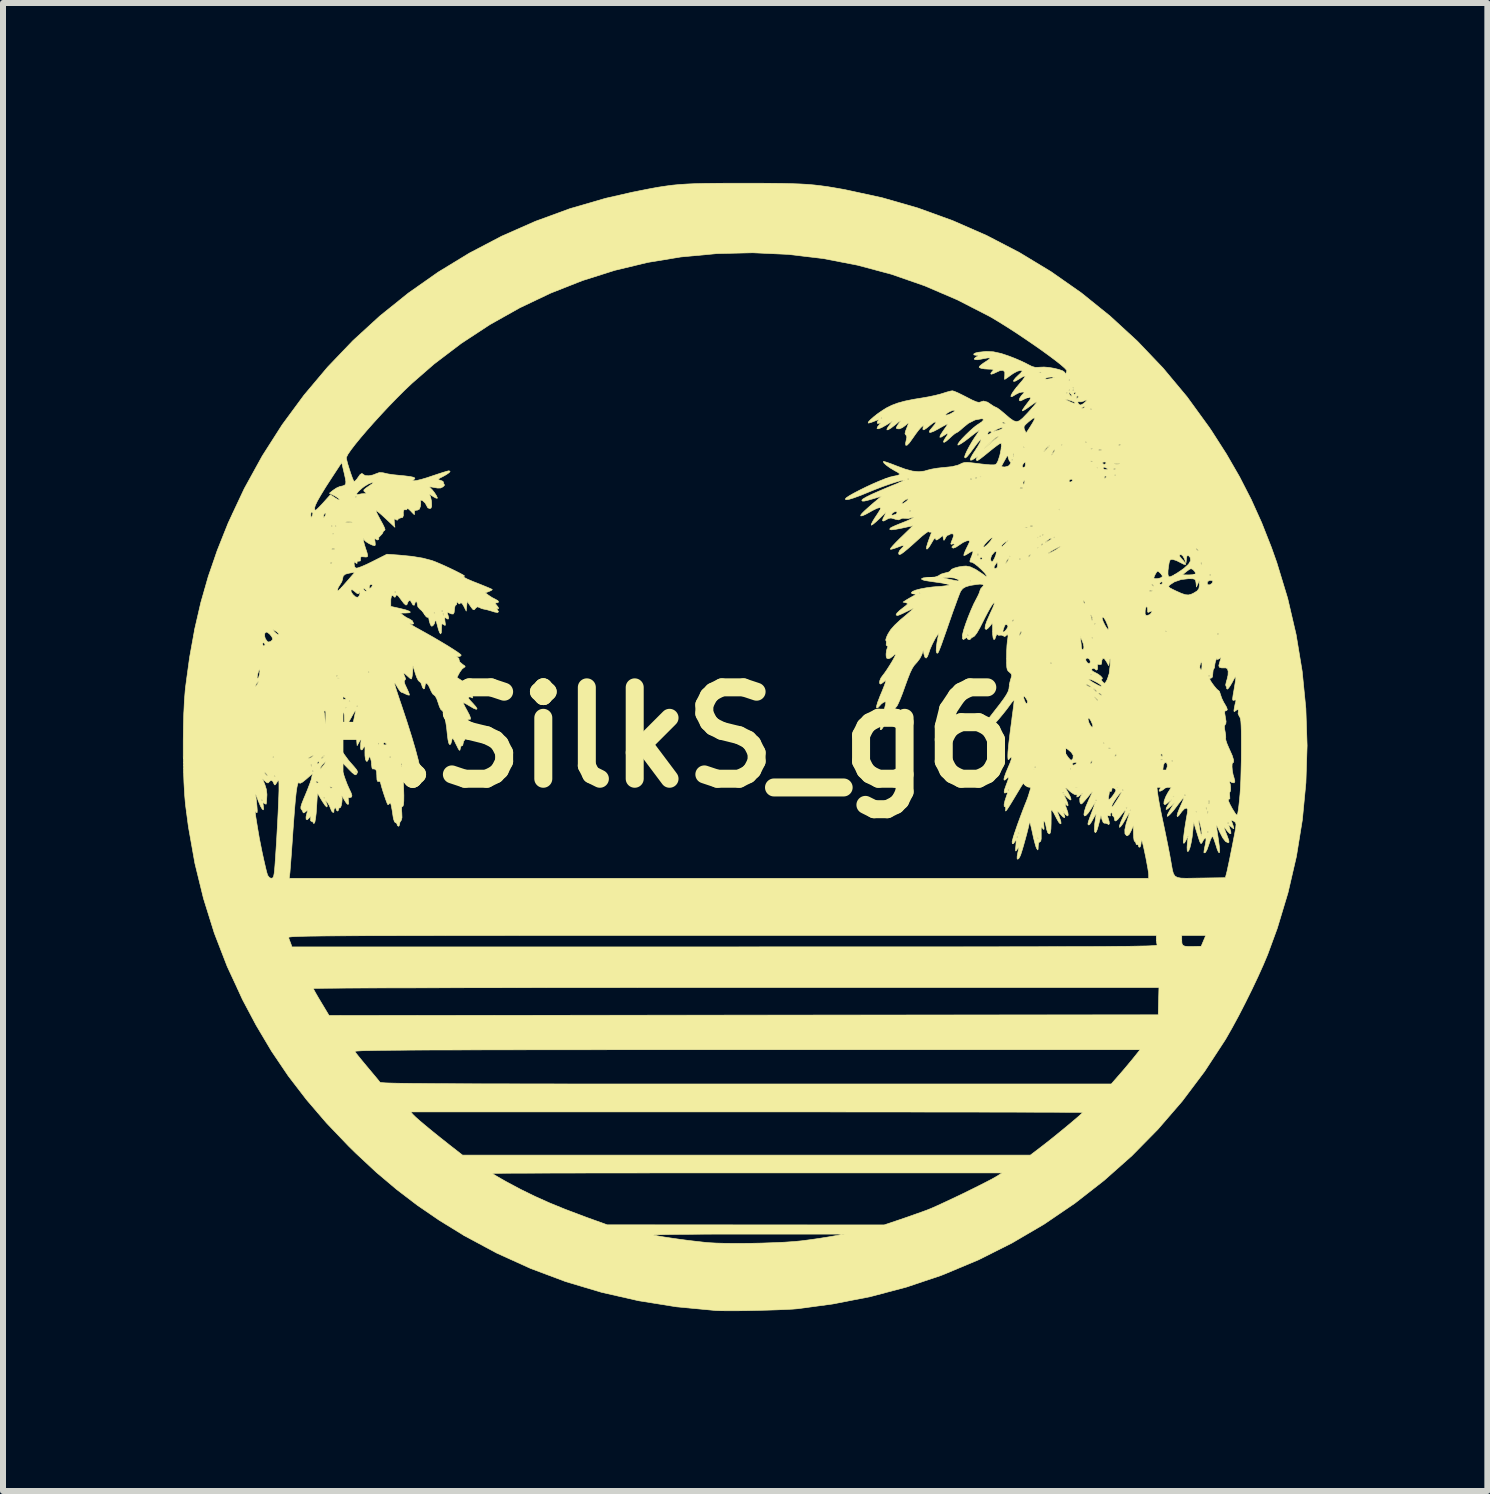
<source format=kicad_pcb>
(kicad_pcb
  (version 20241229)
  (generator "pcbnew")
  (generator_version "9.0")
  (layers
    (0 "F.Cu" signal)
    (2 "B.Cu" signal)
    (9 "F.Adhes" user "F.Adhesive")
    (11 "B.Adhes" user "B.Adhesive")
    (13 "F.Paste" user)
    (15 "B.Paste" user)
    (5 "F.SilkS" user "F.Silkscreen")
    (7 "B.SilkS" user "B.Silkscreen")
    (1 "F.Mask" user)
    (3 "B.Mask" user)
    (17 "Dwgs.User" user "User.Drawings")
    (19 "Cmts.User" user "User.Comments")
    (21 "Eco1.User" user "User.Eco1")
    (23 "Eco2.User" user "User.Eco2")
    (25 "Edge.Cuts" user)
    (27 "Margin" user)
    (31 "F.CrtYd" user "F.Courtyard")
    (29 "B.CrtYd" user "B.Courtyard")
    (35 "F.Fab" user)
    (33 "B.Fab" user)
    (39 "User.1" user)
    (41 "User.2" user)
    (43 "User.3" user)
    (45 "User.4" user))
  (footprint "F.SilkS_g612"
    (layer "F.Cu")
    (at 9.455 9.244)
    (property "Reference" "F.SilkS_g612" (at 0 0 0) (layer "F.SilkS") (effects (font (size 1.524 1.524) (thickness 0.3))))
    (attr through_hole)
    (fp_poly (pts (xy 0.136 -9.239) (xy 0.352 -9.238) (xy 0.536 -9.236) (xy 0.695 -9.232) (xy 0.833 -9.227) (xy 0.957 -9.22) (xy 1.071 -9.21) (xy 1.181 -9.197) (xy 1.293 -9.182) (xy 1.412 -9.162) (xy 1.544 -9.139) (xy 1.587 -9.131) (xy 2.2 -8.998) (xy 2.798 -8.826) (xy 3.38 -8.615) (xy 3.946 -8.367) (xy 4.492 -8.083) (xy 5.019 -7.764) (xy 5.523 -7.411) (xy 6.003 -7.024) (xy 6.458 -6.606) (xy 6.886 -6.157) (xy 7.285 -5.679) (xy 7.654 -5.171) (xy 7.694 -5.112) (xy 7.943 -4.723) (xy 8.161 -4.345) (xy 8.355 -3.967) (xy 8.53 -3.579) (xy 8.692 -3.168) (xy 8.782 -2.914) (xy 8.963 -2.319) (xy 9.104 -1.713) (xy 9.205 -1.101) (xy 9.266 -0.483) (xy 9.287 0.136) (xy 9.267 0.756) (xy 9.208 1.373) (xy 9.109 1.984) (xy 8.969 2.588) (xy 8.79 3.182) (xy 8.631 3.616) (xy 8.558 3.79) (xy 8.468 3.99) (xy 8.366 4.205) (xy 8.257 4.425) (xy 8.146 4.641) (xy 8.038 4.84) (xy 7.939 5.014) (xy 7.918 5.049) (xy 7.578 5.569) (xy 7.205 6.065) (xy 6.8 6.534) (xy 6.366 6.975) (xy 5.903 7.386) (xy 5.415 7.767) (xy 4.902 8.116) (xy 4.366 8.43) (xy 3.811 8.709) (xy 3.236 8.95) (xy 3.183 8.971) (xy 2.602 9.166) (xy 2 9.325) (xy 1.378 9.446) (xy 0.794 9.525) (xy 0.708 9.532) (xy 0.589 9.538) (xy 0.444 9.544) (xy 0.282 9.549) (xy 0.112 9.553) (xy -0.059 9.557) (xy -0.222 9.559) (xy -0.368 9.559) (xy -0.489 9.558) (xy -0.577 9.555) (xy -0.582 9.554) (xy -1.228 9.493) (xy -1.858 9.392) (xy -2.474 9.252) (xy -3.074 9.073) (xy -3.658 8.854) (xy -4.227 8.596) (xy -4.779 8.299) (xy -4.781 8.297) (xy -1.61 8.297) (xy -1.609 8.298) (xy -1.538 8.312) (xy -1.435 8.329) (xy -1.308 8.348) (xy -1.168 8.368) (xy -1.024 8.387) (xy -0.886 8.403) (xy -0.762 8.417) (xy -0.688 8.424) (xy -0.559 8.431) (xy -0.398 8.435) (xy -0.214 8.436) (xy -0.015 8.435) (xy 0.189 8.431) (xy 0.387 8.424) (xy 0.572 8.416) (xy 0.733 8.405) (xy 0.857 8.393) (xy 0.988 8.376) (xy 1.131 8.356) (xy 1.265 8.335) (xy 1.355 8.32) (xy 1.577 8.281) (xy -0.053 8.281) (xy -0.31 8.281) (xy -0.553 8.281) (xy -0.779 8.282) (xy -0.983 8.284) (xy -1.164 8.285) (xy -1.319 8.287) (xy -1.444 8.289) (xy -1.536 8.292) (xy -1.592 8.294) (xy -1.61 8.297) (xy -4.781 8.297) (xy -5.181 8.051) (xy -5.546 7.801) (xy -5.893 7.536) (xy -6.209 7.269) (xy -4.297 7.269) (xy -4.279 7.282) (xy -4.232 7.311) (xy -4.16 7.353) (xy -4.072 7.403) (xy -4.048 7.416) (xy -3.819 7.538) (xy -3.588 7.651) (xy -3.345 7.76) (xy -3.081 7.868) (xy -2.786 7.979) (xy -2.72 8.004) (xy -2.381 8.126) (xy 2.235 8.128) (xy 2.509 8.036) (xy 2.631 7.994) (xy 2.758 7.949) (xy 2.874 7.908) (xy 2.963 7.875) (xy 3.036 7.845) (xy 3.137 7.8) (xy 3.26 7.743) (xy 3.396 7.679) (xy 3.539 7.611) (xy 3.681 7.541) (xy 3.816 7.474) (xy 3.936 7.413) (xy 4.034 7.362) (xy 4.103 7.323) (xy 4.117 7.315) (xy 4.202 7.261) (xy -0.048 7.261) (xy -0.468 7.261) (xy -0.878 7.261) (xy -1.274 7.261) (xy -1.655 7.261) (xy -2.018 7.262) (xy -2.362 7.262) (xy -2.684 7.262) (xy -2.983 7.263) (xy -3.257 7.263) (xy -3.503 7.264) (xy -3.72 7.265) (xy -3.905 7.265) (xy -4.057 7.266) (xy -4.173 7.267) (xy -4.253 7.268) (xy -4.292 7.269) (xy -4.297 7.269) (xy -6.209 7.269) (xy -6.233 7.249) (xy -6.574 6.931) (xy -6.69 6.817) (xy -7.061 6.429) (xy -7.22 6.244) (xy -5.658 6.244) (xy -5.618 6.289) (xy -5.576 6.33) (xy -5.505 6.393) (xy -5.41 6.473) (xy -5.296 6.567) (xy -5.167 6.671) (xy -5.029 6.78) (xy -5.022 6.786) (xy -4.794 6.964) (xy -0.061 6.964) (xy 4.673 6.964) (xy 4.871 6.813) (xy 4.948 6.753) (xy 5.038 6.682) (xy 5.134 6.604) (xy 5.232 6.524) (xy 5.325 6.447) (xy 5.409 6.376) (xy 5.477 6.318) (xy 5.524 6.275) (xy 5.545 6.254) (xy 5.546 6.253) (xy 5.525 6.252) (xy 5.463 6.251) (xy 5.363 6.251) (xy 5.226 6.25) (xy 5.053 6.249) (xy 4.846 6.249) (xy 4.608 6.248) (xy 4.34 6.247) (xy 4.043 6.247) (xy 3.719 6.246) (xy 3.371 6.246) (xy 2.999 6.246) (xy 2.606 6.245) (xy 2.194 6.245) (xy 1.763 6.245) (xy 1.316 6.244) (xy 0.855 6.244) (xy 0.381 6.244) (xy -0.056 6.244) (xy -5.658 6.244) (xy -7.22 6.244) (xy -7.395 6.04) (xy -7.699 5.644) (xy -7.974 5.237) (xy -6.589 5.237) (xy -6.57 5.263) (xy -6.529 5.315) (xy -6.471 5.386) (xy -6.403 5.468) (xy -6.382 5.493) (xy -6.311 5.578) (xy -6.249 5.652) (xy -6.201 5.71) (xy -6.174 5.744) (xy -6.17 5.749) (xy -6.163 5.752) (xy -6.146 5.755) (xy -6.118 5.757) (xy -6.076 5.76) (xy -6.02 5.762) (xy -5.949 5.764) (xy -5.86 5.766) (xy -5.754 5.767) (xy -5.627 5.769) (xy -5.479 5.77) (xy -5.309 5.772) (xy -5.115 5.773) (xy -4.896 5.774) (xy -4.651 5.775) (xy -4.377 5.776) (xy -4.074 5.776) (xy -3.741 5.777) (xy -3.375 5.777) (xy -2.976 5.778) (xy -2.543 5.778) (xy -2.073 5.778) (xy -1.566 5.778) (xy -1.021 5.778) (xy -0.435 5.778) (xy -0.064 5.778) (xy 6.022 5.778) (xy 6.174 5.604) (xy 6.248 5.518) (xy 6.322 5.429) (xy 6.386 5.352) (xy 6.413 5.318) (xy 6.502 5.207) (xy -0.052 5.207) (xy -0.685 5.207) (xy -1.276 5.207) (xy -1.828 5.207) (xy -2.341 5.207) (xy -2.818 5.208) (xy -3.258 5.208) (xy -3.665 5.208) (xy -4.038 5.209) (xy -4.379 5.209) (xy -4.69 5.21) (xy -4.971 5.211) (xy -5.225 5.211) (xy -5.452 5.212) (xy -5.654 5.213) (xy -5.832 5.215) (xy -5.988 5.216) (xy -6.122 5.217) (xy -6.236 5.219) (xy -6.332 5.221) (xy -6.41 5.222) (xy -6.472 5.224) (xy -6.52 5.227) (xy -6.554 5.229) (xy -6.576 5.232) (xy -6.587 5.234) (xy -6.589 5.237) (xy -7.974 5.237) (xy -7.978 5.231) (xy -8.237 4.795) (xy -8.463 4.369) (xy -8.547 4.185) (xy -7.281 4.185) (xy -7.271 4.209) (xy -7.243 4.26) (xy -7.201 4.333) (xy -7.15 4.418) (xy -7.019 4.636) (xy -0.107 4.63) (xy 6.805 4.625) (xy 6.811 4.397) (xy 6.817 4.17) (xy -0.232 4.17) (xy -0.776 4.17) (xy -1.308 4.17) (xy -1.828 4.17) (xy -2.334 4.171) (xy -2.825 4.171) (xy -3.298 4.171) (xy -3.753 4.172) (xy -4.187 4.173) (xy -4.599 4.173) (xy -4.988 4.174) (xy -5.353 4.175) (xy -5.69 4.176) (xy -6 4.176) (xy -6.28 4.177) (xy -6.529 4.178) (xy -6.745 4.179) (xy -6.927 4.181) (xy -7.073 4.182) (xy -7.181 4.183) (xy -7.251 4.184) (xy -7.28 4.185) (xy -7.281 4.185) (xy -8.547 4.185) (xy -8.717 3.819) (xy -8.903 3.338) (xy -7.695 3.338) (xy -7.694 3.339) (xy -7.676 3.387) (xy -7.658 3.434) (xy -7.637 3.493) (xy -0.419 3.493) (xy 0.24 3.492) (xy 0.859 3.492) (xy 1.437 3.492) (xy 1.977 3.492) (xy 2.48 3.492) (xy 2.947 3.492) (xy 3.38 3.492) (xy 3.779 3.491) (xy 4.146 3.491) (xy 4.483 3.49) (xy 4.79 3.49) (xy 5.07 3.489) (xy 5.322 3.488) (xy 5.55 3.488) (xy 5.753 3.487) (xy 5.933 3.486) (xy 6.091 3.484) (xy 6.23 3.483) (xy 6.349 3.482) (xy 6.451 3.48) (xy 6.536 3.478) (xy 6.606 3.477) (xy 6.663 3.475) (xy 6.707 3.472) (xy 6.74 3.47) (xy 6.763 3.468) (xy 6.778 3.465) (xy 6.785 3.462) (xy 6.786 3.459) (xy 6.777 3.413) (xy 6.773 3.364) (xy 6.773 3.302) (xy 7.197 3.302) (xy 7.197 3.385) (xy 7.2 3.434) (xy 7.215 3.465) (xy 7.249 3.481) (xy 7.311 3.486) (xy 7.396 3.485) (xy 7.521 3.482) (xy 7.559 3.392) (xy 7.597 3.302) (xy 7.197 3.302) (xy 6.773 3.302) (xy -0.468 3.302) (xy -1.126 3.302) (xy -1.743 3.302) (xy -2.32 3.302) (xy -2.859 3.302) (xy -3.361 3.302) (xy -3.827 3.302) (xy -4.259 3.303) (xy -4.657 3.303) (xy -5.024 3.303) (xy -5.36 3.304) (xy -5.667 3.304) (xy -5.946 3.305) (xy -6.198 3.305) (xy -6.425 3.306) (xy -6.628 3.307) (xy -6.809 3.308) (xy -6.968 3.309) (xy -7.107 3.31) (xy -7.228 3.312) (xy -7.331 3.313) (xy -7.418 3.315) (xy -7.49 3.317) (xy -7.549 3.319) (xy -7.596 3.321) (xy -7.632 3.323) (xy -7.658 3.326) (xy -7.676 3.328) (xy -7.687 3.331) (xy -7.693 3.334) (xy -7.695 3.338) (xy -8.903 3.338) (xy -8.933 3.26) (xy -9.112 2.687) (xy -9.256 2.099) (xy -9.364 1.489) (xy -9.396 1.246) (xy -8.25 1.246) (xy -8.247 1.277) (xy -8.239 1.334) (xy -8.225 1.421) (xy -8.205 1.543) (xy -8.201 1.566) (xy -8.183 1.672) (xy -8.159 1.793) (xy -8.134 1.918) (xy -8.107 2.041) (xy -8.082 2.15) (xy -8.061 2.238) (xy -8.044 2.294) (xy -8.042 2.3) (xy -8.012 2.339) (xy -7.982 2.349) (xy -7.683 2.349) (xy 6.646 2.349) (xy 6.646 2.291) (xy 6.642 2.25) (xy 6.631 2.181) (xy 6.615 2.094) (xy 6.597 1.998) (xy 6.577 1.904) (xy 6.559 1.819) (xy 6.543 1.755) (xy 6.532 1.721) (xy 6.53 1.718) (xy 6.522 1.728) (xy 6.519 1.763) (xy 6.512 1.809) (xy 6.498 1.831) (xy 6.48 1.826) (xy 6.477 1.81) (xy 6.467 1.787) (xy 6.456 1.789) (xy 6.438 1.784) (xy 6.435 1.769) (xy 6.424 1.74) (xy 6.413 1.736) (xy 6.402 1.716) (xy 6.395 1.666) (xy 6.392 1.603) (xy 6.391 1.471) (xy 6.351 1.561) (xy 6.319 1.619) (xy 6.291 1.64) (xy 6.277 1.638) (xy 6.25 1.606) (xy 6.248 1.54) (xy 6.269 1.442) (xy 6.287 1.386) (xy 6.313 1.306) (xy 6.325 1.264) (xy 6.32 1.26) (xy 6.299 1.293) (xy 6.264 1.355) (xy 6.213 1.441) (xy 6.177 1.489) (xy 6.159 1.5) (xy 6.159 1.473) (xy 6.18 1.411) (xy 6.213 1.336) (xy 6.24 1.274) (xy 6.256 1.23) (xy 6.258 1.217) (xy 6.329 1.217) (xy 6.339 1.228) (xy 6.35 1.217) (xy 6.339 1.206) (xy 6.329 1.217) (xy 6.258 1.217) (xy 6.259 1.214) (xy 6.244 1.225) (xy 6.212 1.263) (xy 6.183 1.302) (xy 6.131 1.367) (xy 6.097 1.394) (xy 6.078 1.383) (xy 6.075 1.355) (xy 6.065 1.32) (xy 6.051 1.312) (xy 6.036 1.297) (xy 6.039 1.284) (xy 6.034 1.259) (xy 6.022 1.256) (xy 6.004 1.271) (xy 6.006 1.288) (xy 6.007 1.31) (xy 5.984 1.306) (xy 5.962 1.303) (xy 5.962 1.325) (xy 5.97 1.346) (xy 5.987 1.404) (xy 5.99 1.442) (xy 5.978 1.454) (xy 5.966 1.445) (xy 5.93 1.43) (xy 5.915 1.432) (xy 5.889 1.422) (xy 5.868 1.372) (xy 5.868 1.372) (xy 5.85 1.302) (xy 5.834 1.365) (xy 5.808 1.466) (xy 5.789 1.532) (xy 5.774 1.57) (xy 5.761 1.586) (xy 5.754 1.587) (xy 5.743 1.568) (xy 5.741 1.517) (xy 5.746 1.441) (xy 5.759 1.352) (xy 5.77 1.292) (xy 5.768 1.28) (xy 5.751 1.302) (xy 5.725 1.349) (xy 5.692 1.409) (xy 5.664 1.449) (xy 5.65 1.46) (xy 5.636 1.456) (xy 5.633 1.438) (xy 5.642 1.399) (xy 5.665 1.333) (xy 5.694 1.256) (xy 5.723 1.179) (xy 5.725 1.175) (xy 6.265 1.175) (xy 6.276 1.185) (xy 6.287 1.175) (xy 6.276 1.164) (xy 6.265 1.175) (xy 5.725 1.175) (xy 5.738 1.139) (xy 6.032 1.139) (xy 6.033 1.157) (xy 6.038 1.161) (xy 6.053 1.145) (xy 6.08 1.103) (xy 6.126 1.032) (xy 6.163 0.971) (xy 6.187 0.928) (xy 6.193 0.91) (xy 6.193 0.91) (xy 6.172 0.926) (xy 6.138 0.967) (xy 6.099 1.021) (xy 6.063 1.076) (xy 6.038 1.12) (xy 6.032 1.139) (xy 5.738 1.139) (xy 5.745 1.119) (xy 5.756 1.085) (xy 5.757 1.081) (xy 5.748 1.092) (xy 5.722 1.131) (xy 5.689 1.185) (xy 5.637 1.262) (xy 5.598 1.303) (xy 5.575 1.309) (xy 5.566 1.285) (xy 5.574 1.233) (xy 5.598 1.156) (xy 5.64 1.058) (xy 5.644 1.048) (xy 5.757 1.048) (xy 5.768 1.058) (xy 5.779 1.048) (xy 5.768 1.037) (xy 5.757 1.048) (xy 5.644 1.048) (xy 5.652 1.031) (xy 5.654 1.028) (xy 5.973 1.028) (xy 5.989 1.034) (xy 6.02 1.008) (xy 6.059 0.956) (xy 6.091 0.906) (xy 6.1 0.878) (xy 6.1 0.878) (xy 6.202 0.878) (xy 6.212 0.889) (xy 6.223 0.878) (xy 6.212 0.868) (xy 6.202 0.878) (xy 6.1 0.878) (xy 6.088 0.861) (xy 6.073 0.85) (xy 6.042 0.837) (xy 6.033 0.856) (xy 6.032 0.869) (xy 6.024 0.898) (xy 6.011 0.9) (xy 5.992 0.903) (xy 5.99 0.914) (xy 5.984 0.956) (xy 5.977 0.99) (xy 5.973 1.028) (xy 5.654 1.028) (xy 5.688 0.955) (xy 5.705 0.913) (xy 5.701 0.907) (xy 5.689 0.921) (xy 5.643 0.979) (xy 5.589 1.043) (xy 5.579 1.055) (xy 5.54 1.098) (xy 5.519 1.111) (xy 5.507 1.098) (xy 5.499 1.079) (xy 5.496 1.02) (xy 5.517 0.976) (xy 5.54 0.939) (xy 5.538 0.934) (xy 5.511 0.957) (xy 5.51 0.958) (xy 5.471 0.987) (xy 5.448 0.994) (xy 5.449 0.976) (xy 5.452 0.971) (xy 5.452 0.955) (xy 5.437 0.958) (xy 5.407 0.95) (xy 5.359 0.92) (xy 5.325 0.892) (xy 5.242 0.815) (xy 5.299 0.914) (xy 5.338 0.989) (xy 5.352 1.032) (xy 5.343 1.044) (xy 5.308 1.021) (xy 5.289 1.004) (xy 5.223 0.942) (xy 5.27 1.034) (xy 5.295 1.094) (xy 5.303 1.132) (xy 5.293 1.142) (xy 5.267 1.119) (xy 5.26 1.11) (xy 5.249 1.102) (xy 5.255 1.13) (xy 5.274 1.181) (xy 5.299 1.253) (xy 5.304 1.297) (xy 5.291 1.31) (xy 5.261 1.287) (xy 5.246 1.27) (xy 5.22 1.238) (xy 5.216 1.24) (xy 5.227 1.263) (xy 5.248 1.318) (xy 5.243 1.339) (xy 5.216 1.325) (xy 5.185 1.292) (xy 5.144 1.246) (xy 5.126 1.234) (xy 5.13 1.258) (xy 5.153 1.318) (xy 5.154 1.32) (xy 5.18 1.395) (xy 5.185 1.435) (xy 5.171 1.441) (xy 5.143 1.41) (xy 5.105 1.341) (xy 5.101 1.332) (xy 5.066 1.264) (xy 5.038 1.221) (xy 5.021 1.208) (xy 5.017 1.229) (xy 5.018 1.231) (xy 5.019 1.264) (xy 5.02 1.328) (xy 5.019 1.41) (xy 5.019 1.434) (xy 5.016 1.524) (xy 5.009 1.579) (xy 4.998 1.604) (xy 4.987 1.609) (xy 4.963 1.589) (xy 4.944 1.532) (xy 4.942 1.519) (xy 4.928 1.451) (xy 4.913 1.407) (xy 4.901 1.392) (xy 4.895 1.409) (xy 4.897 1.46) (xy 4.902 1.516) (xy 4.899 1.536) (xy 4.886 1.526) (xy 4.879 1.517) (xy 4.864 1.5) (xy 4.855 1.509) (xy 4.853 1.547) (xy 4.854 1.612) (xy 4.854 1.69) (xy 4.846 1.731) (xy 4.831 1.741) (xy 4.812 1.756) (xy 4.804 1.81) (xy 4.804 1.815) (xy 4.802 1.864) (xy 4.796 1.876) (xy 4.78 1.855) (xy 4.778 1.852) (xy 4.763 1.814) (xy 4.744 1.746) (xy 4.728 1.683) (xy 4.784 1.683) (xy 4.794 1.693) (xy 4.805 1.683) (xy 4.794 1.672) (xy 4.784 1.683) (xy 4.728 1.683) (xy 4.722 1.657) (xy 4.707 1.587) (xy 4.688 1.502) (xy 4.673 1.441) (xy 4.662 1.408) (xy 4.659 1.409) (xy 4.652 1.448) (xy 4.636 1.517) (xy 4.614 1.605) (xy 4.587 1.704) (xy 4.56 1.801) (xy 4.534 1.888) (xy 4.513 1.954) (xy 4.505 1.974) (xy 4.483 2.015) (xy 4.462 2.032) (xy 4.452 2.02) (xy 4.453 1.982) (xy 4.466 1.911) (xy 4.479 1.852) (xy 4.482 1.829) (xy 4.47 1.841) (xy 4.455 1.863) (xy 4.436 1.89) (xy 4.427 1.893) (xy 4.426 1.863) (xy 4.432 1.799) (xy 4.436 1.736) (xy 4.434 1.711) (xy 4.425 1.719) (xy 4.419 1.73) (xy 4.392 1.771) (xy 4.373 1.773) (xy 4.369 1.739) (xy 4.373 1.72) (xy 4.389 1.662) (xy 4.445 1.662) (xy 4.456 1.672) (xy 4.466 1.662) (xy 4.456 1.651) (xy 4.445 1.662) (xy 4.389 1.662) (xy 4.39 1.658) (xy 4.409 1.598) (xy 4.466 1.598) (xy 4.477 1.609) (xy 4.487 1.598) (xy 4.477 1.587) (xy 4.466 1.598) (xy 4.409 1.598) (xy 4.42 1.566) (xy 4.458 1.455) (xy 4.502 1.335) (xy 4.547 1.215) (xy 4.59 1.105) (xy 4.602 1.077) (xy 4.632 0.997) (xy 4.656 0.921) (xy 5.207 0.921) (xy 5.218 0.931) (xy 5.228 0.921) (xy 5.218 0.91) (xy 5.207 0.921) (xy 4.656 0.921) (xy 4.662 0.902) (xy 4.69 0.803) (xy 4.713 0.708) (xy 4.722 0.664) (xy 5.34 0.664) (xy 5.341 0.681) (xy 5.352 0.715) (xy 5.37 0.757) (xy 5.391 0.796) (xy 5.393 0.8) (xy 5.421 0.832) (xy 5.448 0.836) (xy 5.48 0.809) (xy 5.506 0.772) (xy 6.087 0.772) (xy 6.098 0.809) (xy 6.118 0.839) (xy 6.133 0.833) (xy 6.143 0.816) (xy 6.152 0.778) (xy 6.137 0.761) (xy 6.1 0.751) (xy 6.087 0.772) (xy 5.506 0.772) (xy 5.523 0.748) (xy 5.54 0.719) (xy 5.546 0.709) (xy 6.181 0.709) (xy 6.191 0.72) (xy 6.202 0.709) (xy 6.191 0.699) (xy 6.181 0.709) (xy 5.546 0.709) (xy 5.586 0.639) (xy 5.602 0.603) (xy 6.751 0.603) (xy 6.766 0.667) (xy 6.775 0.725) (xy 6.783 0.803) (xy 6.785 0.847) (xy 6.791 0.904) (xy 6.804 0.994) (xy 6.824 1.108) (xy 6.849 1.237) (xy 6.877 1.372) (xy 6.878 1.376) (xy 6.909 1.522) (xy 6.94 1.673) (xy 6.969 1.816) (xy 6.993 1.94) (xy 7.008 2.021) (xy 7.027 2.131) (xy 7.042 2.214) (xy 7.059 2.273) (xy 7.085 2.312) (xy 7.125 2.335) (xy 7.185 2.346) (xy 7.271 2.349) (xy 7.389 2.347) (xy 7.507 2.345) (xy 7.924 2.339) (xy 7.941 2.275) (xy 7.953 2.228) (xy 7.97 2.148) (xy 7.992 2.046) (xy 8.015 1.93) (xy 8.039 1.812) (xy 8.061 1.699) (xy 8.08 1.601) (xy 8.093 1.529) (xy 8.096 1.51) (xy 8.102 1.451) (xy 8.093 1.419) (xy 8.064 1.397) (xy 8.063 1.396) (xy 8.03 1.381) (xy 8.025 1.392) (xy 8.032 1.41) (xy 8.052 1.466) (xy 8.06 1.492) (xy 8.066 1.52) (xy 8.057 1.521) (xy 8.024 1.494) (xy 8.022 1.492) (xy 7.988 1.464) (xy 7.979 1.464) (xy 7.989 1.491) (xy 7.989 1.492) (xy 8.014 1.565) (xy 8.017 1.603) (xy 8 1.605) (xy 7.964 1.57) (xy 7.94 1.54) (xy 7.915 1.506) (xy 7.903 1.496) (xy 7.905 1.513) (xy 7.923 1.561) (xy 7.956 1.645) (xy 7.956 1.646) (xy 7.98 1.711) (xy 7.985 1.746) (xy 7.973 1.757) (xy 7.972 1.757) (xy 7.928 1.736) (xy 7.88 1.674) (xy 7.828 1.573) (xy 7.819 1.552) (xy 7.792 1.491) (xy 7.778 1.466) (xy 7.775 1.475) (xy 7.778 1.503) (xy 7.787 1.564) (xy 7.8 1.647) (xy 7.81 1.714) (xy 7.824 1.822) (xy 7.829 1.892) (xy 7.824 1.923) (xy 7.81 1.915) (xy 7.789 1.867) (xy 7.761 1.777) (xy 7.759 1.773) (xy 7.738 1.708) (xy 7.719 1.664) (xy 7.707 1.651) (xy 7.693 1.67) (xy 7.672 1.718) (xy 7.651 1.779) (xy 7.62 1.869) (xy 7.593 1.918) (xy 7.57 1.925) (xy 7.567 1.923) (xy 7.568 1.9) (xy 7.576 1.848) (xy 7.588 1.794) (xy 7.601 1.72) (xy 7.6 1.68) (xy 7.585 1.677) (xy 7.558 1.712) (xy 7.548 1.73) (xy 7.533 1.758) (xy 7.521 1.77) (xy 7.509 1.762) (xy 7.494 1.728) (xy 7.473 1.664) (xy 7.442 1.565) (xy 7.44 1.559) (xy 7.394 1.408) (xy 7.382 1.556) (xy 7.37 1.663) (xy 7.353 1.76) (xy 7.334 1.838) (xy 7.314 1.889) (xy 7.298 1.905) (xy 7.288 1.885) (xy 7.286 1.83) (xy 7.29 1.773) (xy 7.304 1.64) (xy 7.268 1.714) (xy 7.244 1.758) (xy 7.23 1.766) (xy 7.223 1.75) (xy 7.223 1.714) (xy 7.23 1.647) (xy 7.241 1.556) (xy 7.257 1.452) (xy 7.267 1.392) (xy 7.48 1.392) (xy 7.483 1.436) (xy 7.495 1.514) (xy 7.497 1.525) (xy 7.51 1.589) (xy 7.522 1.628) (xy 7.531 1.633) (xy 7.531 1.632) (xy 7.532 1.596) (xy 7.53 1.577) (xy 7.62 1.577) (xy 7.631 1.587) (xy 7.641 1.577) (xy 7.631 1.566) (xy 7.62 1.577) (xy 7.53 1.577) (xy 7.524 1.535) (xy 7.515 1.488) (xy 7.5 1.429) (xy 7.959 1.429) (xy 7.969 1.439) (xy 7.98 1.429) (xy 7.969 1.418) (xy 7.959 1.429) (xy 7.5 1.429) (xy 7.497 1.416) (xy 7.485 1.385) (xy 7.48 1.392) (xy 7.267 1.392) (xy 7.275 1.344) (xy 7.293 1.246) (xy 7.294 1.238) (xy 7.429 1.238) (xy 7.44 1.249) (xy 7.62 1.249) (xy 7.628 1.266) (xy 7.634 1.263) (xy 7.637 1.238) (xy 7.634 1.235) (xy 7.622 1.238) (xy 7.62 1.249) (xy 7.44 1.249) (xy 7.451 1.238) (xy 7.44 1.228) (xy 7.429 1.238) (xy 7.294 1.238) (xy 7.295 1.196) (xy 7.284 1.185) (xy 7.599 1.185) (xy 7.607 1.203) (xy 7.613 1.199) (xy 7.615 1.174) (xy 7.613 1.171) (xy 7.6 1.174) (xy 7.599 1.185) (xy 7.284 1.185) (xy 7.275 1.177) (xy 7.241 1.191) (xy 7.198 1.236) (xy 7.184 1.255) (xy 7.146 1.306) (xy 7.124 1.321) (xy 7.119 1.303) (xy 7.131 1.255) (xy 7.16 1.182) (xy 7.174 1.15) (xy 7.205 1.081) (xy 7.206 1.079) (xy 7.645 1.079) (xy 7.648 1.11) (xy 7.655 1.106) (xy 7.658 1.063) (xy 7.655 1.053) (xy 7.647 1.05) (xy 7.645 1.079) (xy 7.206 1.079) (xy 7.226 1.029) (xy 7.233 1.003) (xy 7.233 1.003) (xy 7.218 1.015) (xy 7.185 1.054) (xy 7.14 1.112) (xy 7.127 1.13) (xy 7.062 1.215) (xy 7.009 1.275) (xy 6.973 1.309) (xy 6.955 1.316) (xy 6.957 1.293) (xy 6.983 1.241) (xy 7.01 1.195) (xy 7.075 1.09) (xy 7.009 1.152) (xy 6.96 1.193) (xy 6.936 1.202) (xy 6.939 1.178) (xy 6.969 1.124) (xy 6.978 1.11) (xy 7.034 1.027) (xy 6.982 1.074) (xy 6.942 1.107) (xy 6.916 1.122) (xy 6.915 1.122) (xy 6.899 1.105) (xy 6.903 1.062) (xy 6.926 0.999) (xy 6.933 0.984) (xy 7.048 0.984) (xy 7.059 0.995) (xy 7.07 0.984) (xy 7.059 0.974) (xy 7.048 0.984) (xy 6.933 0.984) (xy 6.944 0.963) (xy 7.239 0.963) (xy 7.25 0.974) (xy 7.26 0.963) (xy 7.25 0.953) (xy 7.239 0.963) (xy 6.944 0.963) (xy 6.964 0.925) (xy 6.981 0.898) (xy 7.035 0.813) (xy 7.069 0.759) (xy 7.086 0.73) (xy 7.088 0.72) (xy 7.078 0.724) (xy 7.068 0.731) (xy 7.036 0.756) (xy 6.983 0.797) (xy 6.936 0.834) (xy 6.872 0.881) (xy 6.832 0.899) (xy 6.819 0.89) (xy 6.836 0.853) (xy 6.854 0.826) (xy 6.892 0.771) (xy 6.938 0.7) (xy 6.964 0.656) (xy 6.997 0.598) (xy 7.009 0.569) (xy 7.002 0.564) (xy 6.983 0.573) (xy 6.94 0.588) (xy 6.927 0.572) (xy 6.942 0.53) (xy 6.956 0.484) (xy 6.953 0.442) (xy 6.937 0.418) (xy 6.911 0.423) (xy 6.91 0.424) (xy 6.891 0.463) (xy 6.882 0.539) (xy 6.882 0.572) (xy 6.878 0.669) (xy 6.865 0.725) (xy 6.843 0.741) (xy 6.813 0.715) (xy 6.787 0.672) (xy 6.751 0.603) (xy 5.602 0.603) (xy 5.607 0.591) (xy 5.602 0.576) (xy 5.588 0.582) (xy 5.569 0.579) (xy 5.567 0.569) (xy 5.554 0.564) (xy 5.52 0.585) (xy 5.509 0.595) (xy 5.444 0.652) (xy 5.402 0.684) (xy 5.376 0.693) (xy 5.359 0.685) (xy 5.352 0.676) (xy 5.34 0.664) (xy 4.722 0.664) (xy 4.73 0.626) (xy 4.733 0.606) (xy 5.397 0.606) (xy 5.408 0.612) (xy 5.436 0.585) (xy 5.443 0.577) (xy 5.461 0.552) (xy 5.45 0.557) (xy 5.435 0.569) (xy 5.405 0.595) (xy 5.397 0.606) (xy 4.733 0.606) (xy 4.738 0.566) (xy 4.735 0.537) (xy 4.735 0.536) (xy 4.716 0.545) (xy 4.68 0.585) (xy 4.632 0.65) (xy 4.574 0.734) (xy 4.512 0.831) (xy 4.495 0.86) (xy 4.416 0.991) (xy 4.357 1.089) (xy 4.314 1.158) (xy 4.285 1.202) (xy 4.268 1.223) (xy 4.26 1.227) (xy 4.259 1.215) (xy 4.261 1.202) (xy 4.262 1.164) (xy 4.251 1.155) (xy 4.237 1.151) (xy 4.236 1.114) (xy 4.25 1.054) (xy 4.266 1.005) (xy 4.284 0.952) (xy 4.295 0.92) (xy 4.297 0.916) (xy 4.281 0.918) (xy 4.265 0.924) (xy 4.242 0.927) (xy 4.236 0.908) (xy 4.242 0.878) (xy 4.297 0.878) (xy 4.307 0.889) (xy 4.318 0.878) (xy 4.307 0.868) (xy 4.297 0.878) (xy 4.242 0.878) (xy 4.246 0.861) (xy 4.274 0.782) (xy 4.276 0.778) (xy 4.302 0.707) (xy 4.314 0.669) (xy 4.311 0.66) (xy 4.292 0.673) (xy 4.276 0.688) (xy 4.245 0.713) (xy 4.234 0.708) (xy 4.233 0.691) (xy 4.242 0.655) (xy 4.264 0.593) (xy 4.291 0.529) (xy 5.334 0.529) (xy 5.342 0.547) (xy 5.348 0.543) (xy 5.351 0.518) (xy 5.348 0.515) (xy 5.336 0.518) (xy 5.334 0.529) (xy 4.291 0.529) (xy 4.295 0.52) (xy 4.297 0.515) (xy 4.304 0.497) (xy 4.741 0.497) (xy 4.752 0.508) (xy 4.763 0.497) (xy 4.752 0.487) (xy 4.741 0.497) (xy 4.304 0.497) (xy 4.326 0.447) (xy 5.367 0.447) (xy 5.396 0.465) (xy 5.432 0.443) (xy 5.437 0.437) (xy 5.444 0.425) (xy 5.673 0.425) (xy 5.679 0.444) (xy 5.695 0.427) (xy 5.702 0.412) (xy 5.703 0.392) (xy 7.027 0.392) (xy 7.038 0.402) (xy 7.048 0.392) (xy 7.038 0.381) (xy 7.027 0.392) (xy 5.703 0.392) (xy 5.703 0.39) (xy 5.694 0.392) (xy 5.673 0.419) (xy 5.673 0.425) (xy 5.444 0.425) (xy 5.448 0.417) (xy 5.425 0.415) (xy 5.409 0.418) (xy 5.373 0.432) (xy 5.367 0.447) (xy 4.326 0.447) (xy 4.333 0.43) (xy 4.355 0.368) (xy 4.361 0.332) (xy 4.351 0.327) (xy 4.329 0.35) (xy 4.311 0.372) (xy 4.301 0.366) (xy 4.298 0.327) (xy 4.298 0.293) (xy 4.3 0.24) (xy 4.308 0.155) (xy 4.309 0.143) (xy 5.198 0.143) (xy 5.208 0.173) (xy 5.219 0.193) (xy 5.261 0.269) (xy 5.302 0.331) (xy 5.337 0.371) (xy 5.354 0.381) (xy 5.373 0.367) (xy 6.844 0.367) (xy 6.847 0.379) (xy 6.858 0.381) (xy 6.875 0.373) (xy 6.872 0.367) (xy 6.847 0.364) (xy 6.844 0.367) (xy 5.373 0.367) (xy 5.376 0.364) (xy 5.384 0.349) (xy 5.386 0.316) (xy 6.08 0.316) (xy 6.083 0.318) (xy 6.102 0.303) (xy 6.107 0.296) (xy 6.109 0.288) (xy 6.844 0.288) (xy 6.847 0.296) (xy 6.866 0.317) (xy 6.87 0.318) (xy 6.879 0.301) (xy 6.879 0.296) (xy 6.863 0.276) (xy 6.857 0.275) (xy 6.844 0.288) (xy 6.109 0.288) (xy 6.112 0.277) (xy 6.109 0.275) (xy 6.09 0.29) (xy 6.085 0.296) (xy 6.08 0.316) (xy 5.386 0.316) (xy 5.388 0.3) (xy 5.357 0.25) (xy 5.306 0.206) (xy 5.265 0.176) (xy 5.976 0.176) (xy 5.979 0.189) (xy 5.99 0.191) (xy 6.008 0.183) (xy 6.004 0.176) (xy 5.979 0.174) (xy 5.976 0.176) (xy 5.265 0.176) (xy 5.242 0.16) (xy 5.208 0.139) (xy 5.198 0.143) (xy 4.309 0.143) (xy 4.314 0.095) (xy 5.884 0.095) (xy 5.895 0.106) (xy 5.905 0.095) (xy 5.895 0.085) (xy 5.884 0.095) (xy 4.314 0.095) (xy 4.32 0.045) (xy 4.335 -0.08) (xy 4.35 -0.194) (xy 4.364 -0.297) (xy 5.635 -0.297) (xy 5.649 -0.247) (xy 5.655 -0.233) (xy 5.681 -0.187) (xy 5.703 -0.169) (xy 5.715 -0.183) (xy 5.715 -0.192) (xy 5.706 -0.224) (xy 5.684 -0.274) (xy 5.68 -0.282) (xy 5.654 -0.32) (xy 5.638 -0.323) (xy 5.635 -0.297) (xy 4.364 -0.297) (xy 4.366 -0.319) (xy 4.381 -0.43) (xy 4.393 -0.522) (xy 4.4 -0.585) (xy 4.403 -0.614) (xy 4.392 -0.615) (xy 4.365 -0.586) (xy 4.331 -0.539) (xy 4.277 -0.466) (xy 4.211 -0.383) (xy 4.14 -0.298) (xy 4.072 -0.222) (xy 4.015 -0.164) (xy 3.98 -0.134) (xy 3.948 -0.115) (xy 3.938 -0.124) (xy 3.937 -0.14) (xy 3.951 -0.184) (xy 3.973 -0.216) (xy 3.997 -0.244) (xy 3.991 -0.249) (xy 3.973 -0.242) (xy 3.946 -0.236) (xy 3.941 -0.249) (xy 3.959 -0.284) (xy 4.001 -0.345) (xy 4.069 -0.433) (xy 4.07 -0.434) (xy 4.162 -0.552) (xy 4.229 -0.643) (xy 4.259 -0.688) (xy 4.559 -0.688) (xy 4.563 -0.654) (xy 4.575 -0.616) (xy 4.597 -0.571) (xy 4.617 -0.566) (xy 4.62 -0.569) (xy 4.627 -0.602) (xy 4.605 -0.646) (xy 4.581 -0.677) (xy 5.738 -0.677) (xy 5.743 -0.666) (xy 5.755 -0.651) (xy 5.786 -0.618) (xy 5.799 -0.618) (xy 5.8 -0.622) (xy 5.785 -0.639) (xy 5.763 -0.659) (xy 5.738 -0.677) (xy 4.581 -0.677) (xy 4.574 -0.686) (xy 4.559 -0.688) (xy 4.259 -0.688) (xy 4.275 -0.713) (xy 4.285 -0.732) (xy 5.806 -0.732) (xy 5.821 -0.72) (xy 5.855 -0.701) (xy 5.859 -0.708) (xy 5.853 -0.72) (xy 5.822 -0.74) (xy 5.814 -0.741) (xy 5.806 -0.732) (xy 4.285 -0.732) (xy 4.303 -0.767) (xy 4.316 -0.81) (xy 4.318 -0.825) (xy 5.716 -0.825) (xy 5.722 -0.814) (xy 5.733 -0.799) (xy 5.764 -0.766) (xy 5.778 -0.766) (xy 5.779 -0.77) (xy 5.764 -0.788) (xy 5.741 -0.807) (xy 5.716 -0.825) (xy 4.318 -0.825) (xy 4.319 -0.836) (xy 4.324 -0.879) (xy 5.599 -0.879) (xy 5.629 -0.858) (xy 5.63 -0.857) (xy 5.677 -0.833) (xy 5.694 -0.829) (xy 5.678 -0.847) (xy 5.663 -0.858) (xy 5.623 -0.882) (xy 5.6 -0.888) (xy 5.599 -0.879) (xy 4.324 -0.879) (xy 4.327 -0.901) (xy 4.345 -0.971) (xy 4.346 -0.973) (xy 5.647 -0.973) (xy 5.649 -0.964) (xy 5.68 -0.94) (xy 5.726 -0.911) (xy 5.802 -0.869) (xy 5.845 -0.85) (xy 5.858 -0.854) (xy 5.852 -0.868) (xy 5.824 -0.892) (xy 5.772 -0.923) (xy 5.714 -0.952) (xy 5.664 -0.971) (xy 5.647 -0.973) (xy 4.346 -0.973) (xy 4.347 -0.975) (xy 4.362 -1.026) (xy 4.359 -1.048) (xy 5.673 -1.048) (xy 5.683 -1.037) (xy 5.694 -1.048) (xy 5.683 -1.058) (xy 5.673 -1.048) (xy 4.359 -1.048) (xy 4.357 -1.057) (xy 4.328 -1.084) (xy 4.325 -1.087) (xy 4.302 -1.107) (xy 4.293 -1.123) (xy 5.694 -1.123) (xy 5.711 -1.104) (xy 5.753 -1.081) (xy 5.756 -1.08) (xy 5.804 -1.054) (xy 5.845 -1.023) (xy 5.871 -0.994) (xy 5.873 -0.976) (xy 5.863 -0.974) (xy 5.852 -0.963) (xy 5.874 -0.931) (xy 5.875 -0.93) (xy 5.9 -0.905) (xy 5.918 -0.905) (xy 5.938 -0.935) (xy 5.955 -0.967) (xy 5.959 -0.977) (xy 7.662 -0.977) (xy 7.674 -0.948) (xy 7.704 -0.902) (xy 7.742 -0.851) (xy 7.779 -0.807) (xy 7.805 -0.784) (xy 7.809 -0.783) (xy 7.826 -0.765) (xy 7.841 -0.72) (xy 7.843 -0.714) (xy 7.864 -0.652) (xy 7.898 -0.582) (xy 7.908 -0.567) (xy 7.946 -0.5) (xy 7.957 -0.461) (xy 7.94 -0.445) (xy 7.931 -0.445) (xy 7.915 -0.436) (xy 7.913 -0.406) (xy 7.923 -0.345) (xy 7.924 -0.337) (xy 7.936 -0.267) (xy 7.932 -0.228) (xy 7.922 -0.215) (xy 7.909 -0.19) (xy 7.912 -0.138) (xy 7.918 -0.107) (xy 7.929 -0.044) (xy 7.931 0.003) (xy 7.929 0.014) (xy 7.932 0.045) (xy 7.951 0.103) (xy 7.982 0.176) (xy 7.991 0.195) (xy 8.038 0.301) (xy 8.061 0.375) (xy 8.061 0.415) (xy 8.047 0.423) (xy 8.037 0.442) (xy 8.035 0.489) (xy 8.04 0.552) (xy 8.052 0.618) (xy 8.068 0.671) (xy 8.083 0.73) (xy 8.071 0.758) (xy 8.036 0.753) (xy 8.019 0.744) (xy 7.989 0.727) (xy 7.988 0.736) (xy 7.993 0.745) (xy 8.005 0.779) (xy 8.011 0.829) (xy 8.011 0.877) (xy 8.004 0.907) (xy 7.999 0.91) (xy 7.994 0.928) (xy 7.996 0.973) (xy 7.997 0.977) (xy 7.999 1.022) (xy 7.986 1.03) (xy 7.983 1.028) (xy 7.971 1.031) (xy 7.977 1.063) (xy 8.001 1.116) (xy 8.037 1.183) (xy 8.061 1.222) (xy 8.094 1.274) (xy 8.113 1.294) (xy 8.124 1.285) (xy 8.132 1.258) (xy 8.139 1.216) (xy 8.149 1.142) (xy 8.159 1.047) (xy 8.169 0.941) (xy 8.169 0.939) (xy 8.176 0.837) (xy 8.182 0.704) (xy 8.186 0.55) (xy 8.19 0.386) (xy 8.191 0.223) (xy 8.191 0.18) (xy 8.191 0.019) (xy 8.19 -0.105) (xy 8.187 -0.196) (xy 8.183 -0.262) (xy 8.177 -0.305) (xy 8.169 -0.332) (xy 8.158 -0.348) (xy 8.136 -0.396) (xy 8.139 -0.423) (xy 8.141 -0.459) (xy 8.119 -0.462) (xy 8.087 -0.439) (xy 8.071 -0.429) (xy 8.067 -0.448) (xy 8.074 -0.494) (xy 8.086 -0.554) (xy 8.098 -0.6) (xy 8.1 -0.605) (xy 8.099 -0.626) (xy 8.077 -0.622) (xy 8.057 -0.617) (xy 8.047 -0.623) (xy 8.046 -0.651) (xy 8.053 -0.706) (xy 8.065 -0.774) (xy 8.084 -0.888) (xy 8.096 -0.963) (xy 8.099 -1.003) (xy 8.094 -1.012) (xy 8.079 -0.993) (xy 8.055 -0.95) (xy 8.043 -0.926) (xy 8.007 -0.864) (xy 7.976 -0.82) (xy 7.957 -0.804) (xy 7.944 -0.817) (xy 7.947 -0.824) (xy 7.943 -0.847) (xy 7.937 -0.85) (xy 7.929 -0.874) (xy 7.941 -0.931) (xy 7.95 -0.958) (xy 7.969 -1.038) (xy 7.971 -1.103) (xy 7.957 -1.146) (xy 7.932 -1.159) (xy 7.861 -1.159) (xy 7.825 -1.17) (xy 7.815 -1.195) (xy 7.819 -1.215) (xy 7.835 -1.272) (xy 7.846 -1.305) (xy 7.853 -1.331) (xy 7.838 -1.325) (xy 7.825 -1.315) (xy 7.797 -1.299) (xy 7.789 -1.304) (xy 7.784 -1.317) (xy 7.772 -1.3) (xy 7.759 -1.266) (xy 7.75 -1.226) (xy 7.747 -1.201) (xy 7.742 -1.159) (xy 7.731 -1.143) (xy 7.721 -1.124) (xy 7.716 -1.078) (xy 7.715 -1.064) (xy 7.709 -1.007) (xy 7.69 -0.989) (xy 7.689 -0.99) (xy 7.664 -0.983) (xy 7.662 -0.977) (xy 5.959 -0.977) (xy 5.975 -1.027) (xy 7.641 -1.027) (xy 7.652 -1.016) (xy 7.662 -1.027) (xy 7.652 -1.037) (xy 7.641 -1.027) (xy 5.975 -1.027) (xy 5.987 -1.062) (xy 6.001 -1.185) (xy 7.497 -1.185) (xy 7.5 -1.155) (xy 7.518 -1.124) (xy 7.529 -1.134) (xy 7.534 -1.182) (xy 7.534 -1.201) (xy 7.532 -1.25) (xy 7.526 -1.261) (xy 7.512 -1.238) (xy 7.51 -1.234) (xy 7.497 -1.185) (xy 6.001 -1.185) (xy 6.002 -1.193) (xy 6.003 -1.206) (xy 6.005 -1.279) (xy 6.003 -1.311) (xy 5.998 -1.304) (xy 5.994 -1.281) (xy 5.979 -1.196) (xy 5.941 -1.265) (xy 5.907 -1.312) (xy 5.881 -1.319) (xy 5.865 -1.286) (xy 5.863 -1.257) (xy 5.857 -1.219) (xy 5.832 -1.214) (xy 5.824 -1.216) (xy 5.796 -1.219) (xy 5.791 -1.194) (xy 5.794 -1.175) (xy 5.792 -1.134) (xy 5.773 -1.121) (xy 5.747 -1.143) (xy 5.747 -1.143) (xy 5.722 -1.154) (xy 5.698 -1.139) (xy 5.694 -1.123) (xy 4.293 -1.123) (xy 4.288 -1.131) (xy 4.28 -1.17) (xy 4.277 -1.233) (xy 4.277 -1.242) (xy 5.002 -1.242) (xy 5.005 -1.229) (xy 5.016 -1.228) (xy 5.034 -1.235) (xy 5.031 -1.242) (xy 5.005 -1.244) (xy 5.002 -1.242) (xy 4.277 -1.242) (xy 4.276 -1.31) (xy 5.597 -1.31) (xy 5.599 -1.28) (xy 5.622 -1.245) (xy 5.652 -1.228) (xy 5.654 -1.228) (xy 5.669 -1.245) (xy 5.673 -1.268) (xy 5.659 -1.304) (xy 5.63 -1.323) (xy 5.602 -1.316) (xy 5.597 -1.31) (xy 4.276 -1.31) (xy 4.276 -1.327) (xy 4.276 -1.34) (xy 4.278 -1.441) (xy 4.283 -1.535) (xy 4.29 -1.608) (xy 4.295 -1.635) (xy 4.301 -1.683) (xy 5.503 -1.683) (xy 5.514 -1.611) (xy 5.521 -1.55) (xy 5.524 -1.501) (xy 5.524 -1.5) (xy 5.534 -1.467) (xy 5.546 -1.46) (xy 5.562 -1.478) (xy 5.566 -1.508) (xy 5.556 -1.561) (xy 5.534 -1.619) (xy 5.513 -1.662) (xy 5.694 -1.662) (xy 5.704 -1.651) (xy 5.715 -1.662) (xy 5.704 -1.672) (xy 5.694 -1.662) (xy 5.513 -1.662) (xy 5.503 -1.683) (xy 4.301 -1.683) (xy 4.302 -1.689) (xy 4.297 -1.704) (xy 4.488 -1.704) (xy 4.497 -1.7) (xy 4.508 -1.714) (xy 4.513 -1.725) (xy 7.789 -1.725) (xy 7.8 -1.714) (xy 7.811 -1.725) (xy 7.8 -1.736) (xy 7.789 -1.725) (xy 4.513 -1.725) (xy 4.526 -1.753) (xy 4.529 -1.767) (xy 6.921 -1.767) (xy 6.932 -1.757) (xy 6.943 -1.767) (xy 6.932 -1.778) (xy 6.921 -1.767) (xy 4.529 -1.767) (xy 4.52 -1.771) (xy 4.508 -1.757) (xy 4.491 -1.718) (xy 4.488 -1.704) (xy 4.297 -1.704) (xy 4.294 -1.715) (xy 4.275 -1.707) (xy 4.264 -1.692) (xy 4.241 -1.682) (xy 4.222 -1.694) (xy 4.185 -1.707) (xy 4.168 -1.703) (xy 4.138 -1.704) (xy 4.128 -1.714) (xy 4.112 -1.719) (xy 4.098 -1.685) (xy 4.081 -1.639) (xy 4.065 -1.631) (xy 4.052 -1.66) (xy 4.044 -1.721) (xy 4.043 -1.763) (xy 4.214 -1.763) (xy 4.222 -1.757) (xy 4.228 -1.757) (xy 4.251 -1.773) (xy 4.278 -1.805) (xy 4.3 -1.844) (xy 4.292 -1.871) (xy 4.285 -1.878) (xy 4.264 -1.888) (xy 4.245 -1.864) (xy 4.235 -1.838) (xy 4.218 -1.786) (xy 4.214 -1.763) (xy 4.043 -1.763) (xy 4.043 -1.77) (xy 4.043 -1.894) (xy 5.736 -1.894) (xy 5.747 -1.884) (xy 5.757 -1.894) (xy 5.747 -1.905) (xy 5.736 -1.894) (xy 4.043 -1.894) (xy 4.043 -1.911) (xy 3.999 -1.855) (xy 3.964 -1.817) (xy 3.937 -1.799) (xy 3.935 -1.799) (xy 3.917 -1.815) (xy 3.922 -1.864) (xy 3.944 -1.928) (xy 4.366 -1.928) (xy 4.368 -1.926) (xy 4.388 -1.941) (xy 4.392 -1.947) (xy 4.397 -1.967) (xy 4.395 -1.968) (xy 4.375 -1.954) (xy 4.371 -1.947) (xy 4.366 -1.928) (xy 3.944 -1.928) (xy 3.951 -1.947) (xy 3.997 -2.052) (xy 5.676 -2.052) (xy 5.677 -2.042) (xy 5.682 -2.025) (xy 5.693 -1.979) (xy 5.696 -1.961) (xy 5.701 -1.949) (xy 5.708 -1.962) (xy 5.706 -2) (xy 5.704 -2.004) (xy 5.871 -2.004) (xy 5.871 -1.978) (xy 5.887 -1.931) (xy 5.913 -1.877) (xy 5.941 -1.829) (xy 5.965 -1.801) (xy 5.971 -1.799) (xy 5.976 -1.816) (xy 5.966 -1.859) (xy 5.963 -1.868) (xy 5.928 -1.949) (xy 5.898 -1.996) (xy 5.875 -2.007) (xy 5.871 -2.004) (xy 5.704 -2.004) (xy 5.694 -2.026) (xy 5.676 -2.052) (xy 3.997 -2.052) (xy 4 -2.059) (xy 6.586 -2.059) (xy 6.598 -2.036) (xy 6.623 -2.032) (xy 6.666 -2.049) (xy 6.69 -2.076) (xy 6.703 -2.106) (xy 6.69 -2.107) (xy 6.668 -2.096) (xy 6.635 -2.083) (xy 6.627 -2.1) (xy 6.629 -2.121) (xy 6.626 -2.163) (xy 6.615 -2.18) (xy 6.6 -2.169) (xy 6.589 -2.127) (xy 6.587 -2.111) (xy 6.586 -2.059) (xy 4 -2.059) (xy 4.003 -2.064) (xy 4.006 -2.072) (xy 4.048 -2.163) (xy 4.07 -2.22) (xy 4.071 -2.244) (xy 4.062 -2.243) (xy 4.04 -2.217) (xy 4.005 -2.161) (xy 3.961 -2.082) (xy 3.911 -1.987) (xy 3.896 -1.956) (xy 3.832 -1.83) (xy 3.782 -1.742) (xy 3.744 -1.692) (xy 3.725 -1.678) (xy 3.691 -1.661) (xy 3.683 -1.649) (xy 3.666 -1.632) (xy 3.651 -1.63) (xy 3.623 -1.643) (xy 3.619 -1.655) (xy 3.613 -1.67) (xy 3.594 -1.655) (xy 3.559 -1.631) (xy 3.541 -1.645) (xy 3.541 -1.697) (xy 3.542 -1.704) (xy 3.619 -1.704) (xy 3.63 -1.693) (xy 3.641 -1.704) (xy 3.63 -1.714) (xy 3.619 -1.704) (xy 3.542 -1.704) (xy 3.543 -1.717) (xy 3.561 -1.791) (xy 3.594 -1.891) (xy 3.636 -2.005) (xy 3.683 -2.121) (xy 3.73 -2.227) (xy 3.76 -2.284) (xy 5.552 -2.284) (xy 5.556 -2.263) (xy 5.558 -2.259) (xy 5.574 -2.233) (xy 5.584 -2.233) (xy 5.582 -2.255) (xy 5.569 -2.27) (xy 5.552 -2.284) (xy 3.76 -2.284) (xy 3.769 -2.302) (xy 3.802 -2.366) (xy 3.825 -2.418) (xy 3.83 -2.439) (xy 6.656 -2.439) (xy 6.676 -2.436) (xy 6.704 -2.44) (xy 6.704 -2.447) (xy 6.676 -2.452) (xy 6.664 -2.449) (xy 6.656 -2.439) (xy 3.83 -2.439) (xy 3.831 -2.442) (xy 3.846 -2.479) (xy 3.863 -2.498) (xy 3.873 -2.509) (xy 6.981 -2.509) (xy 7.004 -2.49) (xy 7.056 -2.463) (xy 7.104 -2.44) (xy 7.194 -2.4) (xy 7.258 -2.379) (xy 7.308 -2.375) (xy 7.355 -2.387) (xy 7.394 -2.405) (xy 7.454 -2.442) (xy 7.483 -2.481) (xy 7.491 -2.536) (xy 7.491 -2.551) (xy 7.491 -2.572) (xy 7.62 -2.572) (xy 7.634 -2.545) (xy 7.667 -2.544) (xy 7.703 -2.57) (xy 7.703 -2.57) (xy 7.716 -2.6) (xy 7.705 -2.614) (xy 7.664 -2.62) (xy 7.63 -2.599) (xy 7.62 -2.572) (xy 7.491 -2.572) (xy 7.49 -2.614) (xy 7.466 -2.561) (xy 7.442 -2.508) (xy 7.435 -2.577) (xy 7.428 -2.616) (xy 7.413 -2.637) (xy 7.378 -2.645) (xy 7.313 -2.646) (xy 7.311 -2.646) (xy 7.187 -2.632) (xy 7.076 -2.594) (xy 6.999 -2.544) (xy 6.981 -2.525) (xy 6.981 -2.509) (xy 3.873 -2.509) (xy 3.893 -2.532) (xy 3.884 -2.551) (xy 3.841 -2.555) (xy 6.692 -2.555) (xy 6.697 -2.543) (xy 6.719 -2.521) (xy 6.731 -2.525) (xy 6.731 -2.528) (xy 6.716 -2.546) (xy 6.707 -2.553) (xy 6.692 -2.555) (xy 3.841 -2.555) (xy 3.835 -2.556) (xy 3.784 -2.551) (xy 3.673 -2.534) (xy 3.597 -2.512) (xy 3.546 -2.482) (xy 3.513 -2.44) (xy 3.506 -2.426) (xy 3.489 -2.385) (xy 3.461 -2.312) (xy 3.425 -2.212) (xy 3.382 -2.095) (xy 3.337 -1.966) (xy 3.326 -1.935) (xy 3.27 -1.773) (xy 3.225 -1.646) (xy 3.192 -1.552) (xy 3.166 -1.484) (xy 3.148 -1.44) (xy 3.136 -1.414) (xy 3.126 -1.404) (xy 3.119 -1.404) (xy 3.111 -1.41) (xy 3.111 -1.411) (xy 3.103 -1.442) (xy 3.106 -1.504) (xy 3.117 -1.587) (xy 3.135 -1.681) (xy 3.146 -1.725) (xy 3.142 -1.73) (xy 3.121 -1.703) (xy 3.088 -1.651) (xy 3.082 -1.64) (xy 3.039 -1.557) (xy 3.001 -1.471) (xy 2.981 -1.412) (xy 2.958 -1.348) (xy 2.935 -1.322) (xy 2.914 -1.338) (xy 2.899 -1.388) (xy 2.887 -1.45) (xy 2.862 -1.376) (xy 2.83 -1.314) (xy 2.781 -1.25) (xy 2.764 -1.232) (xy 2.732 -1.195) (xy 2.702 -1.147) (xy 2.67 -1.081) (xy 2.633 -0.988) (xy 2.587 -0.863) (xy 2.58 -0.843) (xy 2.541 -0.734) (xy 2.504 -0.64) (xy 2.472 -0.567) (xy 2.45 -0.524) (xy 2.441 -0.514) (xy 2.422 -0.49) (xy 2.397 -0.435) (xy 2.372 -0.362) (xy 2.367 -0.347) (xy 2.34 -0.264) (xy 2.316 -0.211) (xy 2.298 -0.192) (xy 2.289 -0.207) (xy 2.291 -0.259) (xy 2.293 -0.28) (xy 2.306 -0.37) (xy 2.263 -0.265) (xy 2.224 -0.179) (xy 2.194 -0.134) (xy 2.172 -0.128) (xy 2.17 -0.13) (xy 2.171 -0.153) (xy 2.18 -0.209) (xy 2.196 -0.288) (xy 2.212 -0.357) (xy 2.234 -0.447) (xy 2.251 -0.521) (xy 2.262 -0.569) (xy 2.265 -0.583) (xy 2.252 -0.595) (xy 2.221 -0.583) (xy 2.182 -0.552) (xy 2.167 -0.534) (xy 2.129 -0.494) (xy 2.11 -0.49) (xy 2.109 -0.521) (xy 2.126 -0.583) (xy 2.162 -0.675) (xy 2.164 -0.682) (xy 2.2 -0.767) (xy 2.23 -0.843) (xy 2.251 -0.898) (xy 2.255 -0.91) (xy 2.264 -0.947) (xy 2.254 -0.947) (xy 2.229 -0.926) (xy 2.193 -0.898) (xy 2.173 -0.889) (xy 2.158 -0.905) (xy 2.162 -0.943) (xy 2.181 -0.99) (xy 2.209 -1.029) (xy 2.24 -1.069) (xy 2.281 -1.128) (xy 2.326 -1.198) (xy 2.369 -1.268) (xy 2.403 -1.329) (xy 2.425 -1.373) (xy 2.428 -1.389) (xy 2.41 -1.381) (xy 2.381 -1.355) (xy 2.339 -1.323) (xy 2.305 -1.312) (xy 2.279 -1.321) (xy 2.269 -1.354) (xy 2.268 -1.392) (xy 2.275 -1.451) (xy 2.289 -1.494) (xy 2.292 -1.498) (xy 2.3 -1.52) (xy 2.286 -1.524) (xy 2.269 -1.54) (xy 2.271 -1.565) (xy 2.272 -1.602) (xy 2.264 -1.613) (xy 2.263 -1.633) (xy 2.279 -1.68) (xy 2.3 -1.725) (xy 2.344 -1.795) (xy 2.411 -1.871) (xy 2.507 -1.961) (xy 2.542 -1.99) (xy 2.616 -2.052) (xy 2.676 -2.104) (xy 2.716 -2.14) (xy 2.73 -2.154) (xy 2.713 -2.148) (xy 2.668 -2.127) (xy 2.605 -2.096) (xy 2.604 -2.096) (xy 2.537 -2.063) (xy 2.483 -2.04) (xy 2.456 -2.032) (xy 2.434 -2.042) (xy 2.448 -2.071) (xy 2.495 -2.117) (xy 2.541 -2.153) (xy 2.598 -2.197) (xy 2.624 -2.222) (xy 2.623 -2.236) (xy 2.601 -2.244) (xy 2.599 -2.245) (xy 2.551 -2.256) (xy 2.603 -2.29) (xy 2.662 -2.325) (xy 2.72 -2.357) (xy 2.759 -2.379) (xy 2.763 -2.389) (xy 2.736 -2.391) (xy 2.699 -2.399) (xy 2.696 -2.402) (xy 2.815 -2.402) (xy 2.826 -2.392) (xy 2.836 -2.402) (xy 2.826 -2.413) (xy 2.815 -2.402) (xy 2.696 -2.402) (xy 2.688 -2.412) (xy 2.708 -2.433) (xy 2.761 -2.455) (xy 2.841 -2.476) (xy 2.937 -2.494) (xy 3.042 -2.508) (xy 3.101 -2.513) (xy 3.189 -2.519) (xy 3.263 -2.528) (xy 3.31 -2.536) (xy 3.32 -2.539) (xy 3.313 -2.548) (xy 3.272 -2.56) (xy 3.22 -2.57) (xy 6.826 -2.57) (xy 6.828 -2.559) (xy 6.851 -2.549) (xy 6.874 -2.566) (xy 6.879 -2.583) (xy 6.864 -2.594) (xy 6.848 -2.59) (xy 6.826 -2.57) (xy 3.22 -2.57) (xy 3.203 -2.573) (xy 3.151 -2.581) (xy 3.058 -2.594) (xy 2.977 -2.606) (xy 2.92 -2.615) (xy 2.905 -2.618) (xy 2.863 -2.633) (xy 2.86 -2.648) (xy 2.891 -2.66) (xy 2.921 -2.663) (xy 3.207 -2.663) (xy 3.323 -2.636) (xy 3.412 -2.617) (xy 3.465 -2.608) (xy 3.485 -2.611) (xy 3.483 -2.614) (xy 3.662 -2.614) (xy 3.672 -2.603) (xy 3.683 -2.614) (xy 3.672 -2.625) (xy 3.662 -2.614) (xy 3.483 -2.614) (xy 3.477 -2.624) (xy 3.462 -2.636) (xy 3.413 -2.655) (xy 6.731 -2.655) (xy 6.748 -2.647) (xy 6.788 -2.647) (xy 6.833 -2.656) (xy 6.857 -2.666) (xy 6.875 -2.685) (xy 6.864 -2.711) (xy 6.853 -2.724) (xy 6.967 -2.724) (xy 6.971 -2.7) (xy 6.983 -2.679) (xy 7.005 -2.678) (xy 7.049 -2.698) (xy 7.053 -2.7) (xy 7.069 -2.709) (xy 7.662 -2.709) (xy 7.67 -2.692) (xy 7.676 -2.695) (xy 7.679 -2.72) (xy 7.676 -2.723) (xy 7.664 -2.721) (xy 7.662 -2.709) (xy 7.069 -2.709) (xy 7.069 -2.71) (xy 7.207 -2.71) (xy 7.318 -2.709) (xy 7.384 -2.713) (xy 7.423 -2.724) (xy 7.429 -2.732) (xy 7.415 -2.765) (xy 7.383 -2.799) (xy 7.352 -2.814) (xy 7.352 -2.814) (xy 7.325 -2.802) (xy 7.282 -2.771) (xy 7.271 -2.762) (xy 7.207 -2.71) (xy 7.069 -2.71) (xy 7.108 -2.732) (xy 7.179 -2.779) (xy 7.234 -2.818) (xy 7.31 -2.887) (xy 7.318 -2.9) (xy 7.514 -2.9) (xy 7.522 -2.882) (xy 7.528 -2.886) (xy 7.531 -2.911) (xy 7.528 -2.914) (xy 7.516 -2.911) (xy 7.514 -2.9) (xy 7.318 -2.9) (xy 7.345 -2.947) (xy 7.338 -2.999) (xy 7.315 -3.026) (xy 7.293 -3.036) (xy 7.281 -3.015) (xy 7.276 -2.981) (xy 7.268 -2.91) (xy 7.241 -2.979) (xy 7.215 -3.025) (xy 7.187 -3.048) (xy 7.184 -3.048) (xy 7.159 -3.042) (xy 7.162 -3.019) (xy 7.196 -2.976) (xy 7.222 -2.948) (xy 7.259 -2.903) (xy 7.262 -2.882) (xy 7.234 -2.885) (xy 7.176 -2.914) (xy 7.167 -2.919) (xy 7.107 -2.949) (xy 7.051 -2.966) (xy 7.048 -2.967) (xy 7.018 -2.967) (xy 7 -2.953) (xy 6.987 -2.914) (xy 6.977 -2.854) (xy 6.968 -2.782) (xy 6.967 -2.724) (xy 6.853 -2.724) (xy 6.849 -2.729) (xy 6.815 -2.761) (xy 6.795 -2.773) (xy 6.778 -2.756) (xy 6.755 -2.718) (xy 6.737 -2.678) (xy 6.731 -2.655) (xy 3.413 -2.655) (xy 3.411 -2.656) (xy 3.334 -2.665) (xy 3.314 -2.665) (xy 3.207 -2.663) (xy 2.921 -2.663) (xy 2.952 -2.666) (xy 2.986 -2.667) (xy 3.082 -2.673) (xy 3.139 -2.693) (xy 3.146 -2.699) (xy 3.187 -2.723) (xy 3.248 -2.741) (xy 3.261 -2.744) (xy 3.314 -2.758) (xy 3.342 -2.778) (xy 3.344 -2.784) (xy 3.363 -2.804) (xy 3.413 -2.825) (xy 3.48 -2.843) (xy 3.554 -2.854) (xy 3.602 -2.857) (xy 3.673 -2.843) (xy 3.761 -2.801) (xy 3.869 -2.73) (xy 3.895 -2.711) (xy 3.936 -2.682) (xy 3.951 -2.678) (xy 3.943 -2.698) (xy 3.941 -2.702) (xy 3.91 -2.744) (xy 3.86 -2.796) (xy 3.809 -2.843) (xy 4.067 -2.843) (xy 4.073 -2.819) (xy 4.096 -2.815) (xy 4.121 -2.834) (xy 4.127 -2.873) (xy 4.125 -2.909) (xy 4.262 -2.909) (xy 4.264 -2.9) (xy 4.281 -2.916) (xy 4.297 -2.942) (xy 4.31 -2.974) (xy 4.487 -2.974) (xy 4.498 -2.963) (xy 4.508 -2.974) (xy 4.498 -2.985) (xy 4.487 -2.974) (xy 4.31 -2.974) (xy 4.31 -2.975) (xy 4.309 -2.985) (xy 4.292 -2.968) (xy 4.276 -2.942) (xy 4.262 -2.909) (xy 4.125 -2.909) (xy 4.125 -2.913) (xy 4.114 -2.914) (xy 4.095 -2.89) (xy 4.067 -2.843) (xy 3.809 -2.843) (xy 3.803 -2.849) (xy 3.748 -2.892) (xy 3.706 -2.918) (xy 3.694 -2.921) (xy 3.671 -2.924) (xy 3.664 -2.938) (xy 3.675 -2.974) (xy 3.679 -2.985) (xy 3.831 -2.985) (xy 3.847 -2.964) (xy 3.852 -2.963) (xy 3.872 -2.979) (xy 4.009 -2.979) (xy 4.013 -2.954) (xy 4.027 -2.927) (xy 4.042 -2.93) (xy 4.065 -2.967) (xy 4.074 -2.983) (xy 4.088 -3.016) (xy 4.318 -3.016) (xy 4.329 -3.006) (xy 4.33 -3.007) (xy 4.641 -3.007) (xy 4.644 -3.006) (xy 4.663 -3.021) (xy 4.667 -3.027) (xy 4.673 -3.047) (xy 4.67 -3.048) (xy 4.65 -3.033) (xy 4.646 -3.027) (xy 4.641 -3.007) (xy 4.33 -3.007) (xy 4.339 -3.016) (xy 4.329 -3.027) (xy 4.318 -3.016) (xy 4.088 -3.016) (xy 4.097 -3.038) (xy 4.103 -3.066) (xy 4.97 -3.066) (xy 4.992 -3.073) (xy 5.035 -3.093) (xy 5.09 -3.123) (xy 5.092 -3.124) (xy 5.13 -3.148) (xy 7.433 -3.148) (xy 7.438 -3.136) (xy 7.459 -3.113) (xy 7.472 -3.118) (xy 7.472 -3.121) (xy 7.457 -3.139) (xy 7.447 -3.145) (xy 7.433 -3.148) (xy 5.13 -3.148) (xy 5.145 -3.157) (xy 5.179 -3.182) (xy 5.186 -3.19) (xy 5.17 -3.185) (xy 5.129 -3.165) (xy 5.077 -3.138) (xy 5.025 -3.108) (xy 4.986 -3.084) (xy 4.976 -3.077) (xy 4.97 -3.066) (xy 4.103 -3.066) (xy 4.106 -3.081) (xy 4.106 -3.081) (xy 4.101 -3.105) (xy 4.079 -3.094) (xy 4.073 -3.089) (xy 4.027 -3.035) (xy 4.009 -2.979) (xy 3.872 -2.979) (xy 3.873 -2.979) (xy 3.873 -2.985) (xy 3.857 -3.005) (xy 3.852 -3.006) (xy 3.832 -2.99) (xy 3.831 -2.985) (xy 3.679 -2.985) (xy 3.694 -3.02) (xy 3.704 -3.048) (xy 3.789 -3.048) (xy 3.797 -3.031) (xy 3.803 -3.034) (xy 3.805 -3.059) (xy 3.803 -3.062) (xy 3.79 -3.059) (xy 3.789 -3.048) (xy 3.704 -3.048) (xy 3.712 -3.071) (xy 3.718 -3.103) (xy 3.716 -3.106) (xy 3.695 -3.102) (xy 3.653 -3.078) (xy 3.641 -3.069) (xy 3.596 -3.042) (xy 3.567 -3.032) (xy 3.564 -3.033) (xy 3.567 -3.056) (xy 3.586 -3.105) (xy 3.607 -3.151) (xy 3.614 -3.164) (xy 4.784 -3.164) (xy 4.794 -3.154) (xy 4.805 -3.164) (xy 4.794 -3.175) (xy 4.784 -3.164) (xy 3.614 -3.164) (xy 3.616 -3.169) (xy 3.888 -3.169) (xy 3.906 -3.173) (xy 3.912 -3.177) (xy 4.193 -3.177) (xy 4.213 -3.187) (xy 4.222 -3.198) (xy 4.852 -3.198) (xy 4.855 -3.196) (xy 4.875 -3.211) (xy 4.879 -3.217) (xy 4.884 -3.237) (xy 4.881 -3.239) (xy 4.862 -3.224) (xy 4.858 -3.217) (xy 4.852 -3.198) (xy 4.222 -3.198) (xy 4.255 -3.231) (xy 4.256 -3.232) (xy 4.275 -3.253) (xy 4.921 -3.253) (xy 4.925 -3.25) (xy 4.942 -3.258) (xy 4.992 -3.286) (xy 5.016 -3.301) (xy 5.032 -3.319) (xy 5.024 -3.323) (xy 4.992 -3.31) (xy 4.95 -3.28) (xy 4.921 -3.253) (xy 4.275 -3.253) (xy 4.307 -3.289) (xy 4.256 -3.257) (xy 4.215 -3.225) (xy 4.196 -3.2) (xy 4.193 -3.177) (xy 3.912 -3.177) (xy 3.94 -3.2) (xy 3.98 -3.241) (xy 4.016 -3.284) (xy 4.039 -3.321) (xy 4.042 -3.333) (xy 4.029 -3.331) (xy 3.995 -3.304) (xy 3.959 -3.271) (xy 3.915 -3.223) (xy 3.89 -3.184) (xy 3.888 -3.169) (xy 3.616 -3.169) (xy 3.637 -3.211) (xy 3.657 -3.255) (xy 3.662 -3.27) (xy 3.646 -3.283) (xy 3.606 -3.275) (xy 3.552 -3.251) (xy 3.502 -3.218) (xy 3.433 -3.172) (xy 3.387 -3.155) (xy 3.366 -3.168) (xy 3.365 -3.175) (xy 3.382 -3.196) (xy 3.387 -3.196) (xy 3.407 -3.212) (xy 3.408 -3.217) (xy 3.392 -3.228) (xy 3.376 -3.225) (xy 3.353 -3.219) (xy 3.347 -3.229) (xy 3.358 -3.265) (xy 3.376 -3.308) (xy 3.385 -3.334) (xy 4.784 -3.334) (xy 4.794 -3.323) (xy 4.805 -3.334) (xy 5.059 -3.334) (xy 5.069 -3.323) (xy 5.08 -3.334) (xy 5.069 -3.344) (xy 5.059 -3.334) (xy 4.805 -3.334) (xy 4.794 -3.344) (xy 4.784 -3.334) (xy 3.385 -3.334) (xy 3.393 -3.355) (xy 4.826 -3.355) (xy 4.837 -3.344) (xy 4.847 -3.355) (xy 4.837 -3.365) (xy 4.826 -3.355) (xy 3.393 -3.355) (xy 3.394 -3.358) (xy 3.393 -3.376) (xy 4.868 -3.376) (xy 4.879 -3.365) (xy 4.889 -3.376) (xy 4.879 -3.387) (xy 4.868 -3.376) (xy 3.393 -3.376) (xy 3.393 -3.383) (xy 3.376 -3.394) (xy 3.342 -3.394) (xy 3.333 -3.385) (xy 3.31 -3.373) (xy 3.304 -3.375) (xy 3.284 -3.366) (xy 3.259 -3.329) (xy 3.259 -3.328) (xy 3.239 -3.29) (xy 3.229 -3.288) (xy 3.222 -3.318) (xy 3.214 -3.366) (xy 3.158 -3.321) (xy 3.119 -3.294) (xy 3.101 -3.292) (xy 3.093 -3.314) (xy 3.082 -3.324) (xy 3.058 -3.297) (xy 3.03 -3.249) (xy 2.987 -3.178) (xy 2.957 -3.142) (xy 2.941 -3.142) (xy 2.943 -3.178) (xy 2.962 -3.242) (xy 2.987 -3.313) (xy 3.008 -3.372) (xy 3.018 -3.395) (xy 3.024 -3.424) (xy 3.011 -3.422) (xy 2.985 -3.423) (xy 2.98 -3.431) (xy 2.963 -3.428) (xy 2.922 -3.4) (xy 2.864 -3.354) (xy 2.825 -3.319) (xy 2.712 -3.217) (xy 2.625 -3.141) (xy 2.562 -3.089) (xy 2.52 -3.059) (xy 2.493 -3.048) (xy 2.48 -3.055) (xy 2.477 -3.076) (xy 2.477 -3.076) (xy 2.491 -3.111) (xy 2.519 -3.143) (xy 2.555 -3.181) (xy 2.555 -3.198) (xy 2.519 -3.193) (xy 2.456 -3.169) (xy 2.395 -3.147) (xy 2.351 -3.136) (xy 2.338 -3.138) (xy 2.347 -3.156) (xy 2.382 -3.198) (xy 2.438 -3.257) (xy 2.508 -3.327) (xy 2.522 -3.34) (xy 2.685 -3.498) (xy 4.581 -3.498) (xy 4.602 -3.494) (xy 4.629 -3.498) (xy 4.63 -3.505) (xy 4.601 -3.51) (xy 4.589 -3.507) (xy 4.581 -3.498) (xy 2.685 -3.498) (xy 2.707 -3.519) (xy 4.666 -3.519) (xy 4.687 -3.515) (xy 4.714 -3.519) (xy 4.714 -3.526) (xy 4.686 -3.532) (xy 4.674 -3.528) (xy 4.666 -3.519) (xy 2.707 -3.519) (xy 2.719 -3.53) (xy 2.531 -3.489) (xy 2.427 -3.469) (xy 2.36 -3.461) (xy 2.33 -3.465) (xy 2.332 -3.482) (xy 2.34 -3.491) (xy 2.368 -3.507) (xy 2.425 -3.533) (xy 2.501 -3.564) (xy 2.534 -3.577) (xy 2.614 -3.609) (xy 2.678 -3.638) (xy 2.716 -3.66) (xy 2.722 -3.665) (xy 2.719 -3.675) (xy 2.691 -3.663) (xy 2.636 -3.65) (xy 2.593 -3.653) (xy 2.539 -3.654) (xy 2.509 -3.641) (xy 2.477 -3.627) (xy 2.429 -3.635) (xy 2.405 -3.643) (xy 2.35 -3.658) (xy 2.309 -3.651) (xy 2.275 -3.632) (xy 2.228 -3.607) (xy 2.208 -3.613) (xy 2.217 -3.65) (xy 2.243 -3.698) (xy 2.249 -3.71) (xy 2.354 -3.71) (xy 2.371 -3.705) (xy 2.391 -3.707) (xy 2.434 -3.723) (xy 2.45 -3.741) (xy 2.445 -3.763) (xy 2.418 -3.765) (xy 2.384 -3.748) (xy 2.369 -3.734) (xy 2.354 -3.71) (xy 2.249 -3.71) (xy 2.263 -3.734) (xy 2.267 -3.748) (xy 2.25 -3.737) (xy 2.21 -3.7) (xy 2.161 -3.652) (xy 2.102 -3.597) (xy 2.054 -3.557) (xy 2.025 -3.539) (xy 2.02 -3.54) (xy 2.025 -3.562) (xy 2.049 -3.609) (xy 2.088 -3.672) (xy 2.094 -3.68) (xy 2.136 -3.744) (xy 2.159 -3.782) (xy 2.653 -3.782) (xy 2.656 -3.769) (xy 2.667 -3.768) (xy 2.684 -3.775) (xy 2.681 -3.782) (xy 2.656 -3.784) (xy 2.653 -3.782) (xy 2.159 -3.782) (xy 2.167 -3.793) (xy 2.17 -3.799) (xy 5.144 -3.799) (xy 5.154 -3.789) (xy 5.165 -3.799) (xy 5.154 -3.81) (xy 5.144 -3.799) (xy 2.17 -3.799) (xy 2.18 -3.818) (xy 2.18 -3.819) (xy 2.164 -3.832) (xy 2.117 -3.82) (xy 2.043 -3.784) (xy 1.991 -3.754) (xy 1.925 -3.718) (xy 1.874 -3.696) (xy 1.847 -3.692) (xy 1.846 -3.692) (xy 1.846 -3.707) (xy 1.866 -3.734) (xy 1.909 -3.777) (xy 1.979 -3.84) (xy 2.043 -3.896) (xy 2.531 -3.896) (xy 2.532 -3.895) (xy 2.565 -3.907) (xy 2.606 -3.936) (xy 2.634 -3.965) (xy 2.634 -3.978) (xy 2.632 -3.979) (xy 2.6 -3.967) (xy 2.558 -3.938) (xy 2.531 -3.909) (xy 2.531 -3.896) (xy 2.043 -3.896) (xy 2.078 -3.926) (xy 2.085 -3.931) (xy 2.191 -4.021) (xy 2.053 -3.979) (xy 1.962 -3.953) (xy 1.904 -3.94) (xy 1.873 -3.94) (xy 1.863 -3.953) (xy 1.863 -3.955) (xy 1.882 -3.975) (xy 1.938 -4.008) (xy 2.027 -4.052) (xy 2.147 -4.105) (xy 2.262 -4.154) (xy 4.497 -4.154) (xy 4.517 -4.15) (xy 4.545 -4.154) (xy 4.545 -4.161) (xy 4.517 -4.167) (xy 4.505 -4.163) (xy 4.497 -4.154) (xy 2.262 -4.154) (xy 2.294 -4.167) (xy 2.354 -4.192) (xy 2.443 -4.228) (xy 2.476 -4.243) (xy 4.551 -4.243) (xy 4.556 -4.214) (xy 4.568 -4.225) (xy 4.578 -4.255) (xy 4.579 -4.279) (xy 5.317 -4.279) (xy 5.324 -4.258) (xy 5.343 -4.258) (xy 5.373 -4.274) (xy 5.377 -4.286) (xy 5.363 -4.306) (xy 5.336 -4.301) (xy 5.317 -4.279) (xy 4.579 -4.279) (xy 4.58 -4.283) (xy 4.57 -4.285) (xy 4.552 -4.256) (xy 4.551 -4.243) (xy 2.476 -4.243) (xy 2.514 -4.259) (xy 2.561 -4.281) (xy 2.575 -4.29) (xy 2.55 -4.289) (xy 2.493 -4.275) (xy 2.411 -4.251) (xy 2.312 -4.218) (xy 2.202 -4.179) (xy 2.09 -4.136) (xy 1.991 -4.096) (xy 1.84 -4.034) (xy 1.725 -3.992) (xy 1.646 -3.968) (xy 1.6 -3.963) (xy 1.587 -3.974) (xy 1.606 -3.996) (xy 1.657 -4.03) (xy 1.733 -4.073) (xy 1.827 -4.122) (xy 1.932 -4.174) (xy 2.042 -4.225) (xy 2.148 -4.271) (xy 2.239 -4.307) (xy 2.625 -4.307) (xy 2.635 -4.297) (xy 2.646 -4.307) (xy 2.642 -4.311) (xy 3.669 -4.311) (xy 3.672 -4.298) (xy 3.683 -4.297) (xy 3.7 -4.305) (xy 3.697 -4.311) (xy 3.672 -4.313) (xy 3.669 -4.311) (xy 2.642 -4.311) (xy 2.635 -4.318) (xy 2.625 -4.307) (xy 2.239 -4.307) (xy 2.245 -4.31) (xy 2.31 -4.332) (xy 3.754 -4.332) (xy 3.756 -4.32) (xy 3.768 -4.318) (xy 3.785 -4.326) (xy 3.782 -4.332) (xy 3.757 -4.335) (xy 3.754 -4.332) (xy 2.31 -4.332) (xy 2.325 -4.338) (xy 2.371 -4.349) (xy 2.373 -4.35) (xy 3.831 -4.35) (xy 3.842 -4.339) (xy 5.905 -4.339) (xy 5.913 -4.319) (xy 5.915 -4.318) (xy 5.933 -4.333) (xy 5.937 -4.339) (xy 5.936 -4.359) (xy 5.928 -4.36) (xy 5.906 -4.345) (xy 5.905 -4.339) (xy 3.842 -4.339) (xy 3.852 -4.35) (xy 3.842 -4.36) (xy 3.831 -4.35) (xy 2.373 -4.35) (xy 2.45 -4.366) (xy 2.466 -4.371) (xy 6.075 -4.371) (xy 6.085 -4.36) (xy 6.096 -4.371) (xy 6.085 -4.381) (xy 6.075 -4.371) (xy 2.466 -4.371) (xy 2.49 -4.38) (xy 2.493 -4.396) (xy 2.46 -4.421) (xy 2.41 -4.448) (xy 2.333 -4.494) (xy 2.271 -4.539) (xy 2.232 -4.575) (xy 2.222 -4.599) (xy 2.224 -4.601) (xy 2.246 -4.597) (xy 2.299 -4.58) (xy 2.373 -4.553) (xy 2.434 -4.529) (xy 2.585 -4.473) (xy 2.708 -4.44) (xy 2.813 -4.43) (xy 2.906 -4.44) (xy 2.957 -4.455) (xy 3.028 -4.473) (xy 3.123 -4.489) (xy 3.223 -4.5) (xy 3.239 -4.501) (xy 3.371 -4.515) (xy 3.379 -4.517) (xy 4.191 -4.517) (xy 4.209 -4.511) (xy 4.249 -4.508) (xy 4.308 -4.525) (xy 4.315 -4.532) (xy 4.538 -4.532) (xy 4.539 -4.51) (xy 4.563 -4.495) (xy 4.566 -4.498) (xy 5.779 -4.498) (xy 5.789 -4.487) (xy 5.884 -4.487) (xy 5.902 -4.471) (xy 5.932 -4.466) (xy 5.963 -4.47) (xy 5.957 -4.48) (xy 6.061 -4.48) (xy 6.064 -4.468) (xy 6.075 -4.466) (xy 6.092 -4.474) (xy 6.089 -4.48) (xy 6.064 -4.483) (xy 6.061 -4.48) (xy 5.957 -4.48) (xy 5.955 -4.482) (xy 5.948 -4.487) (xy 5.904 -4.507) (xy 5.885 -4.494) (xy 5.884 -4.487) (xy 5.789 -4.487) (xy 5.8 -4.498) (xy 5.789 -4.508) (xy 5.779 -4.498) (xy 4.566 -4.498) (xy 4.584 -4.513) (xy 4.593 -4.557) (xy 4.593 -4.557) (xy 4.592 -4.572) (xy 5.874 -4.572) (xy 5.9 -4.552) (xy 5.905 -4.551) (xy 5.921 -4.559) (xy 6.074 -4.559) (xy 6.103 -4.556) (xy 6.117 -4.556) (xy 6.156 -4.558) (xy 6.16 -4.563) (xy 6.154 -4.565) (xy 6.101 -4.569) (xy 6.08 -4.565) (xy 6.074 -4.559) (xy 5.921 -4.559) (xy 5.933 -4.566) (xy 5.937 -4.572) (xy 5.931 -4.589) (xy 5.905 -4.593) (xy 5.875 -4.585) (xy 5.874 -4.572) (xy 4.592 -4.572) (xy 4.59 -4.588) (xy 4.574 -4.583) (xy 4.559 -4.568) (xy 4.538 -4.532) (xy 4.315 -4.532) (xy 4.334 -4.551) (xy 4.348 -4.583) (xy 4.342 -4.593) (xy 4.327 -4.607) (xy 5.68 -4.607) (xy 5.683 -4.595) (xy 5.694 -4.593) (xy 5.711 -4.601) (xy 5.708 -4.607) (xy 5.683 -4.61) (xy 5.68 -4.607) (xy 4.327 -4.607) (xy 4.323 -4.611) (xy 4.318 -4.625) (xy 4.36 -4.625) (xy 4.371 -4.614) (xy 4.381 -4.625) (xy 4.371 -4.636) (xy 4.36 -4.625) (xy 4.318 -4.625) (xy 4.308 -4.65) (xy 4.294 -4.707) (xy 4.243 -4.616) (xy 4.213 -4.562) (xy 4.194 -4.525) (xy 4.191 -4.517) (xy 3.379 -4.517) (xy 3.468 -4.54) (xy 3.497 -4.553) (xy 3.541 -4.574) (xy 3.581 -4.584) (xy 3.632 -4.585) (xy 3.706 -4.577) (xy 3.749 -4.572) (xy 3.844 -4.56) (xy 3.936 -4.55) (xy 4.007 -4.544) (xy 4.014 -4.544) (xy 4.073 -4.544) (xy 4.105 -4.558) (xy 4.128 -4.596) (xy 4.139 -4.624) (xy 4.163 -4.699) (xy 4.166 -4.711) (xy 4.383 -4.711) (xy 4.387 -4.684) (xy 4.394 -4.684) (xy 4.398 -4.706) (xy 5.023 -4.706) (xy 5.028 -4.706) (xy 5.047 -4.73) (xy 5.073 -4.769) (xy 5.079 -4.789) (xy 5.809 -4.789) (xy 5.83 -4.785) (xy 5.857 -4.789) (xy 5.857 -4.796) (xy 5.829 -4.802) (xy 5.817 -4.798) (xy 5.809 -4.789) (xy 5.079 -4.789) (xy 5.08 -4.791) (xy 5.076 -4.805) (xy 5.061 -4.785) (xy 5.039 -4.741) (xy 5.023 -4.706) (xy 4.398 -4.706) (xy 4.399 -4.712) (xy 4.396 -4.724) (xy 4.387 -4.732) (xy 4.383 -4.711) (xy 4.166 -4.711) (xy 4.177 -4.763) (xy 4.892 -4.763) (xy 4.893 -4.763) (xy 4.913 -4.776) (xy 4.948 -4.81) (xy 4.953 -4.815) (xy 4.956 -4.819) (xy 5.68 -4.819) (xy 5.683 -4.806) (xy 5.694 -4.805) (xy 5.711 -4.813) (xy 5.708 -4.819) (xy 5.683 -4.821) (xy 5.68 -4.819) (xy 4.956 -4.819) (xy 4.983 -4.85) (xy 4.993 -4.868) (xy 4.992 -4.868) (xy 4.972 -4.854) (xy 4.937 -4.821) (xy 4.932 -4.815) (xy 4.902 -4.78) (xy 4.892 -4.763) (xy 4.177 -4.763) (xy 4.181 -4.785) (xy 4.185 -4.811) (xy 4.188 -4.837) (xy 4.551 -4.837) (xy 4.561 -4.826) (xy 4.572 -4.837) (xy 4.561 -4.847) (xy 4.551 -4.837) (xy 4.188 -4.837) (xy 4.191 -4.872) (xy 4.191 -4.879) (xy 5.186 -4.879) (xy 5.196 -4.868) (xy 5.207 -4.879) (xy 5.203 -4.882) (xy 6.145 -4.882) (xy 6.148 -4.87) (xy 6.16 -4.868) (xy 6.177 -4.876) (xy 6.174 -4.882) (xy 6.148 -4.885) (xy 6.145 -4.882) (xy 5.203 -4.882) (xy 5.196 -4.889) (xy 5.186 -4.879) (xy 4.191 -4.879) (xy 4.189 -4.9) (xy 4.174 -4.902) (xy 4.155 -4.893) (xy 4.12 -4.869) (xy 4.063 -4.826) (xy 3.993 -4.77) (xy 3.959 -4.742) (xy 3.891 -4.687) (xy 3.834 -4.643) (xy 3.796 -4.618) (xy 3.787 -4.614) (xy 3.769 -4.627) (xy 3.78 -4.659) (xy 3.794 -4.677) (xy 3.796 -4.684) (xy 3.77 -4.669) (xy 3.752 -4.656) (xy 3.699 -4.624) (xy 3.673 -4.623) (xy 3.676 -4.652) (xy 3.707 -4.711) (xy 3.73 -4.747) (xy 3.773 -4.812) (xy 3.901 -4.812) (xy 3.904 -4.813) (xy 3.936 -4.842) (xy 3.968 -4.871) (xy 4.025 -4.921) (xy 5.588 -4.921) (xy 5.599 -4.911) (xy 5.609 -4.921) (xy 5.599 -4.932) (xy 5.588 -4.921) (xy 4.025 -4.921) (xy 4.029 -4.925) (xy 4.083 -4.969) (xy 4.117 -4.992) (xy 4.139 -5.01) (xy 4.131 -5.016) (xy 4.103 -5.002) (xy 4.056 -4.964) (xy 3.998 -4.911) (xy 3.982 -4.895) (xy 3.927 -4.839) (xy 3.901 -4.812) (xy 3.773 -4.812) (xy 3.792 -4.842) (xy 3.832 -4.912) (xy 3.851 -4.954) (xy 3.849 -4.966) (xy 3.825 -4.947) (xy 3.781 -4.895) (xy 3.723 -4.817) (xy 3.659 -4.731) (xy 3.616 -4.679) (xy 3.589 -4.659) (xy 3.578 -4.667) (xy 3.577 -4.679) (xy 3.588 -4.715) (xy 3.616 -4.777) (xy 3.656 -4.853) (xy 3.702 -4.933) (xy 3.748 -5.005) (xy 3.76 -5.022) (xy 3.785 -5.058) (xy 3.959 -5.058) (xy 3.973 -5.05) (xy 4 -5.063) (xy 4.026 -5.088) (xy 4.018 -5.101) (xy 4.053 -5.101) (xy 4.117 -5.114) (xy 4.169 -5.13) (xy 4.201 -5.146) (xy 4.204 -5.155) (xy 4.568 -5.155) (xy 4.577 -5.129) (xy 4.602 -5.075) (xy 4.635 -5.123) (xy 4.667 -5.173) (xy 4.706 -5.236) (xy 4.716 -5.253) (xy 4.745 -5.307) (xy 4.746 -5.329) (xy 4.72 -5.321) (xy 4.666 -5.28) (xy 4.64 -5.259) (xy 4.59 -5.214) (xy 4.568 -5.183) (xy 4.568 -5.155) (xy 4.204 -5.155) (xy 4.208 -5.162) (xy 4.187 -5.163) (xy 4.149 -5.152) (xy 4.106 -5.132) (xy 4.053 -5.101) (xy 4.018 -5.101) (xy 4.016 -5.105) (xy 3.985 -5.104) (xy 3.975 -5.095) (xy 3.959 -5.058) (xy 3.785 -5.058) (xy 3.796 -5.075) (xy 3.818 -5.112) (xy 3.822 -5.122) (xy 3.803 -5.11) (xy 3.758 -5.077) (xy 3.695 -5.029) (xy 3.651 -4.994) (xy 3.58 -4.94) (xy 3.519 -4.899) (xy 3.477 -4.876) (xy 3.465 -4.874) (xy 3.466 -4.891) (xy 3.492 -4.93) (xy 3.538 -4.983) (xy 3.596 -5.043) (xy 3.66 -5.105) (xy 3.724 -5.162) (xy 3.78 -5.206) (xy 3.805 -5.222) (xy 3.86 -5.259) (xy 4.2 -5.259) (xy 4.202 -5.249) (xy 4.224 -5.232) (xy 4.249 -5.229) (xy 4.255 -5.236) (xy 4.238 -5.25) (xy 4.222 -5.257) (xy 4.2 -5.259) (xy 3.86 -5.259) (xy 3.866 -5.263) (xy 3.892 -5.293) (xy 3.881 -5.31) (xy 3.858 -5.313) (xy 3.751 -5.293) (xy 3.642 -5.238) (xy 3.562 -5.174) (xy 3.508 -5.126) (xy 3.464 -5.092) (xy 3.441 -5.08) (xy 3.416 -5.066) (xy 3.372 -5.03) (xy 3.33 -4.991) (xy 3.273 -4.941) (xy 3.237 -4.919) (xy 3.223 -4.925) (xy 3.236 -4.959) (xy 3.257 -4.992) (xy 3.292 -5.045) (xy 3.298 -5.068) (xy 3.275 -5.061) (xy 3.237 -5.037) (xy 3.186 -5.006) (xy 3.164 -5.005) (xy 3.171 -5.034) (xy 3.207 -5.092) (xy 3.227 -5.121) (xy 3.266 -5.176) (xy 3.29 -5.215) (xy 3.295 -5.228) (xy 3.273 -5.218) (xy 3.224 -5.192) (xy 3.157 -5.155) (xy 3.14 -5.144) (xy 3.059 -5.102) (xy 3.008 -5.084) (xy 2.987 -5.09) (xy 2.998 -5.12) (xy 3.032 -5.161) (xy 3.081 -5.22) (xy 3.099 -5.254) (xy 3.087 -5.262) (xy 3.048 -5.24) (xy 3.008 -5.209) (xy 2.941 -5.155) (xy 2.901 -5.129) (xy 2.883 -5.129) (xy 2.882 -5.154) (xy 2.885 -5.167) (xy 2.891 -5.196) (xy 2.883 -5.196) (xy 2.851 -5.169) (xy 2.846 -5.164) (xy 2.809 -5.122) (xy 2.76 -5.057) (xy 2.709 -4.984) (xy 2.706 -4.98) (xy 2.655 -4.909) (xy 2.618 -4.872) (xy 2.596 -4.87) (xy 2.592 -4.902) (xy 2.603 -4.953) (xy 2.614 -5.009) (xy 2.603 -5.038) (xy 2.598 -5.041) (xy 2.583 -5.064) (xy 2.592 -5.107) (xy 2.596 -5.116) (xy 2.625 -5.191) (xy 2.639 -5.231) (xy 2.637 -5.241) (xy 2.618 -5.228) (xy 2.59 -5.202) (xy 2.538 -5.164) (xy 2.489 -5.144) (xy 2.481 -5.144) (xy 2.446 -5.147) (xy 2.438 -5.162) (xy 2.455 -5.198) (xy 2.481 -5.235) (xy 2.504 -5.269) (xy 2.506 -5.279) (xy 2.485 -5.266) (xy 2.437 -5.226) (xy 2.42 -5.212) (xy 2.35 -5.158) (xy 2.302 -5.129) (xy 2.281 -5.128) (xy 2.287 -5.153) (xy 2.317 -5.197) (xy 2.374 -5.272) (xy 2.27 -5.208) (xy 2.193 -5.165) (xy 2.141 -5.145) (xy 2.117 -5.148) (xy 2.124 -5.175) (xy 2.153 -5.212) (xy 2.176 -5.24) (xy 2.171 -5.244) (xy 2.153 -5.237) (xy 2.122 -5.235) (xy 2.12 -5.257) (xy 2.143 -5.289) (xy 2.142 -5.296) (xy 2.11 -5.287) (xy 2.075 -5.273) (xy 2.018 -5.251) (xy 1.979 -5.241) (xy 1.969 -5.242) (xy 1.976 -5.263) (xy 2.011 -5.3) (xy 2.038 -5.323) (xy 2.18 -5.323) (xy 2.191 -5.313) (xy 2.201 -5.323) (xy 2.191 -5.334) (xy 2.18 -5.323) (xy 2.038 -5.323) (xy 2.066 -5.348) (xy 2.101 -5.375) (xy 3.26 -5.375) (xy 3.276 -5.372) (xy 3.319 -5.386) (xy 3.35 -5.4) (xy 3.397 -5.428) (xy 3.418 -5.449) (xy 3.415 -5.455) (xy 3.38 -5.452) (xy 3.331 -5.433) (xy 3.286 -5.406) (xy 3.261 -5.381) (xy 3.26 -5.375) (xy 2.101 -5.375) (xy 2.134 -5.401) (xy 2.207 -5.451) (xy 2.274 -5.493) (xy 2.365 -5.538) (xy 2.464 -5.575) (xy 2.581 -5.607) (xy 2.723 -5.636) (xy 2.871 -5.66) (xy 2.979 -5.679) (xy 3.087 -5.702) (xy 3.177 -5.725) (xy 3.209 -5.735) (xy 3.282 -5.758) (xy 3.343 -5.774) (xy 3.373 -5.779) (xy 3.408 -5.769) (xy 3.469 -5.743) (xy 3.548 -5.704) (xy 3.607 -5.674) (xy 3.706 -5.623) (xy 3.775 -5.594) (xy 3.817 -5.585) (xy 3.832 -5.589) (xy 3.891 -5.608) (xy 3.958 -5.59) (xy 4.009 -5.556) (xy 4.058 -5.523) (xy 4.094 -5.505) (xy 4.1 -5.503) (xy 4.125 -5.49) (xy 4.172 -5.456) (xy 4.232 -5.406) (xy 4.244 -5.396) (xy 4.329 -5.323) (xy 4.392 -5.279) (xy 4.442 -5.264) (xy 4.49 -5.278) (xy 4.545 -5.323) (xy 4.616 -5.397) (xy 4.63 -5.412) (xy 4.684 -5.472) (xy 5.673 -5.472) (xy 5.683 -5.461) (xy 5.694 -5.472) (xy 5.683 -5.482) (xy 5.673 -5.472) (xy 4.684 -5.472) (xy 4.692 -5.481) (xy 4.704 -5.494) (xy 5.528 -5.494) (xy 5.533 -5.483) (xy 5.544 -5.482) (xy 5.573 -5.498) (xy 5.577 -5.503) (xy 5.574 -5.515) (xy 5.557 -5.511) (xy 5.528 -5.494) (xy 4.704 -5.494) (xy 4.743 -5.54) (xy 4.775 -5.58) (xy 4.783 -5.594) (xy 4.768 -5.591) (xy 4.728 -5.566) (xy 4.672 -5.526) (xy 4.667 -5.522) (xy 4.607 -5.48) (xy 4.562 -5.452) (xy 4.54 -5.444) (xy 4.539 -5.444) (xy 4.546 -5.465) (xy 4.574 -5.508) (xy 4.616 -5.564) (xy 4.661 -5.623) (xy 4.67 -5.638) (xy 5.256 -5.638) (xy 5.275 -5.624) (xy 5.302 -5.611) (xy 5.369 -5.58) (xy 5.405 -5.569) (xy 5.418 -5.575) (xy 5.419 -5.578) (xy 5.4 -5.594) (xy 5.392 -5.597) (xy 5.465 -5.597) (xy 5.467 -5.575) (xy 5.485 -5.551) (xy 5.512 -5.541) (xy 5.551 -5.561) (xy 5.567 -5.573) (xy 5.604 -5.606) (xy 5.619 -5.625) (xy 5.619 -5.627) (xy 5.598 -5.623) (xy 5.567 -5.609) (xy 5.52 -5.594) (xy 5.491 -5.596) (xy 5.465 -5.597) (xy 5.392 -5.597) (xy 5.35 -5.614) (xy 5.28 -5.635) (xy 5.271 -5.638) (xy 5.256 -5.638) (xy 4.67 -5.638) (xy 4.68 -5.656) (xy 4.676 -5.67) (xy 4.664 -5.672) (xy 4.617 -5.661) (xy 4.572 -5.641) (xy 4.528 -5.619) (xy 4.503 -5.61) (xy 4.487 -5.623) (xy 4.496 -5.656) (xy 4.507 -5.673) (xy 5.44 -5.673) (xy 5.447 -5.652) (xy 5.449 -5.652) (xy 5.467 -5.666) (xy 5.472 -5.673) (xy 5.47 -5.692) (xy 5.462 -5.694) (xy 5.441 -5.678) (xy 5.44 -5.673) (xy 4.507 -5.673) (xy 4.526 -5.701) (xy 4.533 -5.708) (xy 4.569 -5.747) (xy 5.271 -5.747) (xy 5.281 -5.736) (xy 5.292 -5.747) (xy 5.289 -5.749) (xy 5.319 -5.749) (xy 5.32 -5.726) (xy 5.334 -5.705) (xy 5.363 -5.676) (xy 5.369 -5.682) (xy 5.354 -5.717) (xy 5.34 -5.736) (xy 5.397 -5.736) (xy 5.405 -5.716) (xy 5.407 -5.715) (xy 5.425 -5.73) (xy 5.429 -5.736) (xy 5.428 -5.756) (xy 5.42 -5.757) (xy 5.398 -5.742) (xy 5.397 -5.736) (xy 5.34 -5.736) (xy 5.332 -5.746) (xy 5.319 -5.749) (xy 5.289 -5.749) (xy 5.281 -5.757) (xy 5.271 -5.747) (xy 4.569 -5.747) (xy 4.579 -5.757) (xy 4.531 -5.757) (xy 4.482 -5.745) (xy 4.425 -5.716) (xy 4.421 -5.713) (xy 4.371 -5.683) (xy 4.349 -5.682) (xy 4.353 -5.707) (xy 4.382 -5.757) (xy 4.406 -5.789) (xy 5.313 -5.789) (xy 5.323 -5.779) (xy 5.334 -5.789) (xy 5.376 -5.789) (xy 5.387 -5.779) (xy 5.397 -5.789) (xy 5.387 -5.8) (xy 5.376 -5.789) (xy 5.334 -5.789) (xy 5.323 -5.8) (xy 5.313 -5.789) (xy 4.406 -5.789) (xy 4.435 -5.828) (xy 4.438 -5.831) (xy 5.376 -5.831) (xy 5.387 -5.821) (xy 5.397 -5.831) (xy 5.387 -5.842) (xy 5.376 -5.831) (xy 4.438 -5.831) (xy 4.511 -5.918) (xy 4.525 -5.934) (xy 4.545 -5.958) (xy 5.313 -5.958) (xy 5.323 -5.948) (xy 5.334 -5.958) (xy 5.323 -5.969) (xy 5.313 -5.958) (xy 4.545 -5.958) (xy 4.558 -5.975) (xy 4.914 -5.975) (xy 4.935 -5.971) (xy 4.942 -5.971) (xy 4.996 -5.979) (xy 5.038 -5.99) (xy 5.072 -6.002) (xy 5.068 -6.007) (xy 5.027 -6.009) (xy 4.97 -6.004) (xy 4.932 -5.99) (xy 4.914 -5.975) (xy 4.558 -5.975) (xy 4.563 -5.982) (xy 4.585 -6.016) (xy 4.586 -6.025) (xy 4.564 -6.021) (xy 4.52 -5.998) (xy 4.489 -5.978) (xy 4.427 -5.942) (xy 4.395 -5.934) (xy 4.394 -5.952) (xy 4.426 -5.993) (xy 4.466 -6.032) (xy 4.516 -6.079) (xy 4.516 -6.08) (xy 4.814 -6.08) (xy 4.835 -6.077) (xy 4.862 -6.08) (xy 4.863 -6.088) (xy 4.834 -6.093) (xy 4.822 -6.089) (xy 4.814 -6.08) (xy 4.516 -6.08) (xy 4.537 -6.105) (xy 4.533 -6.115) (xy 4.506 -6.117) (xy 4.503 -6.117) (xy 4.456 -6.105) (xy 4.394 -6.072) (xy 4.351 -6.043) (xy 4.297 -6.003) (xy 4.258 -5.976) (xy 4.244 -5.969) (xy 4.241 -5.987) (xy 4.246 -6.028) (xy 4.247 -6.089) (xy 4.22 -6.119) (xy 4.168 -6.116) (xy 4.121 -6.095) (xy 4.055 -6.064) (xy 4.018 -6.055) (xy 4.013 -6.069) (xy 4.032 -6.096) (xy 4.054 -6.122) (xy 4.05 -6.135) (xy 4.016 -6.139) (xy 3.977 -6.14) (xy 3.91 -6.144) (xy 3.857 -6.153) (xy 3.846 -6.156) (xy 3.819 -6.17) (xy 3.826 -6.187) (xy 3.846 -6.206) (xy 3.889 -6.239) (xy 3.947 -6.277) (xy 3.958 -6.284) (xy 3.998 -6.313) (xy 3.999 -6.327) (xy 3.961 -6.327) (xy 3.884 -6.313) (xy 3.856 -6.307) (xy 3.789 -6.296) (xy 3.747 -6.299) (xy 3.737 -6.313) (xy 3.761 -6.337) (xy 3.77 -6.342) (xy 3.821 -6.37) (xy 3.773 -6.37) (xy 3.733 -6.377) (xy 3.729 -6.392) (xy 3.757 -6.409) (xy 3.805 -6.421) (xy 3.935 -6.435) (xy 4.057 -6.429) (xy 4.186 -6.401) (xy 4.314 -6.358) (xy 4.415 -6.319) (xy 4.515 -6.276) (xy 4.597 -6.237) (xy 4.627 -6.221) (xy 4.699 -6.185) (xy 4.755 -6.169) (xy 4.815 -6.171) (xy 4.83 -6.172) (xy 4.901 -6.175) (xy 4.985 -6.168) (xy 5.072 -6.153) (xy 5.152 -6.133) (xy 5.213 -6.111) (xy 5.246 -6.087) (xy 5.25 -6.078) (xy 5.253 -6.055) (xy 5.268 -6.072) (xy 5.269 -6.074) (xy 5.281 -6.11) (xy 5.277 -6.123) (xy 5.244 -6.159) (xy 5.18 -6.215) (xy 5.09 -6.286) (xy 4.979 -6.369) (xy 4.852 -6.461) (xy 4.714 -6.557) (xy 4.569 -6.656) (xy 4.424 -6.753) (xy 4.281 -6.845) (xy 4.148 -6.928) (xy 4.028 -7) (xy 3.99 -7.021) (xy 3.456 -7.295) (xy 2.911 -7.529) (xy 2.356 -7.722) (xy 1.791 -7.873) (xy 1.217 -7.984) (xy 0.635 -8.053) (xy 0.045 -8.08) (xy -0.551 -8.066) (xy -1.153 -8.01) (xy -1.154 -8.01) (xy -1.706 -7.919) (xy -2.255 -7.787) (xy -2.795 -7.616) (xy -3.325 -7.407) (xy -3.84 -7.162) (xy -4.338 -6.882) (xy -4.815 -6.569) (xy -5.268 -6.225) (xy -5.641 -5.9) (xy -5.763 -5.784) (xy -5.89 -5.657) (xy -6.02 -5.523) (xy -6.149 -5.385) (xy -6.273 -5.249) (xy -6.389 -5.118) (xy -6.494 -4.995) (xy -6.584 -4.885) (xy -6.655 -4.792) (xy -6.705 -4.719) (xy -6.729 -4.67) (xy -6.731 -4.66) (xy -6.724 -4.623) (xy -6.708 -4.56) (xy -6.684 -4.483) (xy -6.658 -4.403) (xy -6.633 -4.333) (xy -6.613 -4.284) (xy -6.604 -4.269) (xy -6.585 -4.274) (xy -6.554 -4.308) (xy -6.541 -4.327) (xy -6.501 -4.383) (xy -6.471 -4.401) (xy -6.447 -4.384) (xy -6.445 -4.381) (xy -6.412 -4.364) (xy -6.355 -4.362) (xy -6.288 -4.375) (xy -6.24 -4.394) (xy -6.18 -4.416) (xy -6.12 -4.412) (xy -6.098 -4.407) (xy -6.037 -4.393) (xy -5.953 -4.38) (xy -5.874 -4.372) (xy -5.752 -4.36) (xy -5.667 -4.349) (xy -5.615 -4.338) (xy -5.591 -4.326) (xy -5.588 -4.319) (xy -5.605 -4.298) (xy -5.625 -4.29) (xy -5.634 -4.283) (xy -5.605 -4.279) (xy -5.599 -4.278) (xy -5.554 -4.284) (xy -5.48 -4.302) (xy -5.388 -4.329) (xy -5.293 -4.361) (xy -5.197 -4.393) (xy -5.113 -4.42) (xy -5.052 -4.438) (xy -5.022 -4.445) (xy -5.001 -4.437) (xy -5.016 -4.415) (xy -5.063 -4.382) (xy -5.118 -4.351) (xy -5.175 -4.322) (xy -5.198 -4.305) (xy -5.19 -4.295) (xy -5.16 -4.286) (xy -5.121 -4.27) (xy -5.112 -4.254) (xy -5.108 -4.229) (xy -5.1 -4.222) (xy -5.096 -4.201) (xy -5.121 -4.177) (xy -5.16 -4.158) (xy -5.21 -4.157) (xy -5.266 -4.167) (xy -5.323 -4.177) (xy -5.345 -4.176) (xy -5.335 -4.164) (xy -5.334 -4.163) (xy -5.299 -4.128) (xy -5.262 -4.081) (xy -5.231 -4.033) (xy -5.214 -3.997) (xy -5.215 -3.986) (xy -5.237 -3.99) (xy -5.28 -4.013) (xy -5.296 -4.024) (xy -5.333 -4.047) (xy -5.345 -4.049) (xy -5.341 -4.042) (xy -5.325 -4.003) (xy -5.312 -3.941) (xy -5.31 -3.916) (xy -5.308 -3.855) (xy -5.319 -3.824) (xy -5.337 -3.815) (xy -5.372 -3.827) (xy -5.388 -3.856) (xy -5.416 -3.907) (xy -5.458 -3.946) (xy -5.489 -3.957) (xy -5.497 -3.945) (xy -5.494 -3.939) (xy -5.49 -3.907) (xy -5.495 -3.855) (xy -5.495 -3.855) (xy -5.513 -3.806) (xy -5.546 -3.789) (xy -5.557 -3.789) (xy -5.592 -3.781) (xy -5.597 -3.749) (xy -5.595 -3.741) (xy -5.593 -3.717) (xy -5.605 -3.72) (xy -5.638 -3.753) (xy -5.65 -3.767) (xy -5.688 -3.804) (xy -5.711 -3.817) (xy -5.715 -3.812) (xy -5.73 -3.794) (xy -5.747 -3.796) (xy -5.772 -3.793) (xy -5.782 -3.756) (xy -5.78 -3.699) (xy -5.792 -3.668) (xy -5.818 -3.662) (xy -5.856 -3.65) (xy -5.869 -3.635) (xy -5.883 -3.62) (xy -5.908 -3.634) (xy -5.928 -3.645) (xy -5.934 -3.628) (xy -5.93 -3.581) (xy -5.921 -3.503) (xy -6.074 -3.647) (xy -6.139 -3.707) (xy -6.193 -3.753) (xy -6.227 -3.779) (xy -6.236 -3.783) (xy -6.231 -3.761) (xy -6.209 -3.714) (xy -6.175 -3.65) (xy -6.175 -3.649) (xy -6.125 -3.558) (xy -6.096 -3.498) (xy -6.085 -3.464) (xy -6.092 -3.451) (xy -6.097 -3.45) (xy -6.116 -3.434) (xy -6.117 -3.426) (xy -6.132 -3.396) (xy -6.163 -3.363) (xy -6.19 -3.335) (xy -6.193 -3.323) (xy -6.193 -3.323) (xy -6.188 -3.31) (xy -6.192 -3.301) (xy -6.216 -3.291) (xy -6.235 -3.304) (xy -6.255 -3.314) (xy -6.258 -3.295) (xy -6.252 -3.262) (xy -6.248 -3.217) (xy -6.254 -3.196) (xy -6.256 -3.196) (xy -6.298 -3.206) (xy -6.352 -3.231) (xy -6.401 -3.262) (xy -6.432 -3.291) (xy -6.436 -3.301) (xy -6.442 -3.318) (xy -6.447 -3.312) (xy -6.446 -3.281) (xy -6.432 -3.224) (xy -6.414 -3.165) (xy -6.387 -3.084) (xy -6.375 -3.036) (xy -6.38 -3.012) (xy -6.403 -3.007) (xy -6.435 -3.01) (xy -6.48 -3.013) (xy -6.495 -2.998) (xy -6.494 -2.976) (xy -6.498 -2.942) (xy -6.527 -2.938) (xy -6.553 -2.935) (xy -6.552 -2.922) (xy -6.551 -2.902) (xy -6.559 -2.9) (xy -6.584 -2.916) (xy -6.59 -2.926) (xy -6.598 -2.928) (xy -6.602 -2.895) (xy -6.602 -2.894) (xy -6.592 -2.843) (xy -6.571 -2.822) (xy -6.539 -2.826) (xy -6.477 -2.848) (xy -6.392 -2.885) (xy -6.296 -2.932) (xy -6.054 -3.054) (xy -5.855 -3.04) (xy -5.638 -3.019) (xy -5.456 -2.989) (xy -5.304 -2.949) (xy -5.248 -2.928) (xy -5.174 -2.897) (xy -5.09 -2.86) (xy -5.002 -2.819) (xy -4.917 -2.778) (xy -4.844 -2.741) (xy -4.79 -2.712) (xy -4.761 -2.693) (xy -4.761 -2.688) (xy -4.782 -2.683) (xy -4.766 -2.667) (xy -4.713 -2.639) (xy -4.621 -2.6) (xy -4.524 -2.562) (xy -4.435 -2.526) (xy -4.362 -2.496) (xy -4.313 -2.474) (xy -4.297 -2.464) (xy -4.314 -2.45) (xy -4.355 -2.432) (xy -4.413 -2.41) (xy -4.36 -2.37) (xy -4.3 -2.331) (xy -4.249 -2.305) (xy -4.205 -2.28) (xy -4.192 -2.257) (xy -4.214 -2.244) (xy -4.226 -2.244) (xy -4.249 -2.241) (xy -4.243 -2.224) (xy -4.226 -2.205) (xy -4.198 -2.167) (xy -4.193 -2.146) (xy -4.214 -2.149) (xy -4.217 -2.151) (xy -4.23 -2.153) (xy -4.214 -2.131) (xy -4.194 -2.096) (xy -4.208 -2.082) (xy -4.258 -2.09) (xy -4.306 -2.105) (xy -4.37 -2.124) (xy -4.421 -2.136) (xy -4.435 -2.138) (xy -4.478 -2.149) (xy -4.508 -2.164) (xy -4.545 -2.178) (xy -4.573 -2.158) (xy -4.579 -2.15) (xy -4.599 -2.128) (xy -4.617 -2.13) (xy -4.643 -2.161) (xy -4.663 -2.19) (xy -4.717 -2.27) (xy -4.724 -2.188) (xy -4.732 -2.106) (xy -4.772 -2.186) (xy -4.802 -2.235) (xy -4.824 -2.245) (xy -4.83 -2.238) (xy -4.849 -2.224) (xy -4.868 -2.244) (xy -4.885 -2.263) (xy -4.889 -2.242) (xy -4.889 -2.237) (xy -4.896 -2.21) (xy -4.905 -2.209) (xy -4.917 -2.197) (xy -4.926 -2.155) (xy -4.927 -2.143) (xy -4.934 -2.082) (xy -4.949 -2.057) (xy -4.979 -2.059) (xy -5.005 -2.07) (xy -5.041 -2.084) (xy -5.048 -2.072) (xy -5.036 -2.039) (xy -5.024 -1.989) (xy -5.035 -1.971) (xy -5.067 -1.988) (xy -5.068 -1.988) (xy -5.087 -1.999) (xy -5.092 -1.984) (xy -5.086 -1.934) (xy -5.086 -1.933) (xy -5.079 -1.883) (xy -5.084 -1.866) (xy -5.103 -1.877) (xy -5.108 -1.881) (xy -5.129 -1.894) (xy -5.14 -1.884) (xy -5.143 -1.842) (xy -5.144 -1.808) (xy -5.147 -1.747) (xy -5.158 -1.726) (xy -5.175 -1.744) (xy -5.196 -1.801) (xy -5.215 -1.874) (xy -5.231 -1.931) (xy -5.243 -1.959) (xy -5.248 -1.951) (xy -5.262 -1.898) (xy -5.281 -1.87) (xy -5.305 -1.852) (xy -5.322 -1.867) (xy -5.334 -1.894) (xy -5.35 -1.947) (xy -5.355 -1.982) (xy -5.365 -2.003) (xy -5.375 -2.001) (xy -5.397 -2.009) (xy -5.425 -2.045) (xy -5.429 -2.052) (xy -5.429 -2.053) (xy -5.122 -2.053) (xy -5.115 -2.036) (xy -5.108 -2.039) (xy -5.106 -2.064) (xy -5.108 -2.067) (xy -5.121 -2.064) (xy -5.122 -2.053) (xy -5.429 -2.053) (xy -5.444 -2.074) (xy -5.271 -2.074) (xy -5.263 -2.057) (xy -5.256 -2.06) (xy -5.254 -2.085) (xy -5.256 -2.088) (xy -5.269 -2.086) (xy -5.271 -2.074) (xy -5.444 -2.074) (xy -5.464 -2.103) (xy -5.467 -2.106) (xy -5.144 -2.106) (xy -5.133 -2.095) (xy -5.122 -2.106) (xy -5.133 -2.117) (xy -5.144 -2.106) (xy -5.467 -2.106) (xy -5.503 -2.138) (xy -5.504 -2.138) (xy -5.538 -2.177) (xy -5.546 -2.213) (xy -5.553 -2.252) (xy -5.567 -2.265) (xy -5.586 -2.248) (xy -5.588 -2.233) (xy -5.598 -2.204) (xy -5.62 -2.208) (xy -5.64 -2.242) (xy -5.641 -2.244) (xy -5.661 -2.278) (xy -5.676 -2.286) (xy -5.698 -2.268) (xy -5.709 -2.244) (xy -5.722 -2.211) (xy -5.74 -2.207) (xy -5.77 -2.233) (xy -5.816 -2.293) (xy -5.821 -2.3) (xy -5.862 -2.354) (xy -5.886 -2.376) (xy -5.9 -2.371) (xy -5.906 -2.36) (xy -5.921 -2.335) (xy -5.935 -2.346) (xy -5.96 -2.371) (xy -5.979 -2.356) (xy -5.989 -2.306) (xy -5.99 -2.278) (xy -5.99 -2.184) (xy -5.832 -2.149) (xy -5.74 -2.126) (xy -5.683 -2.105) (xy -5.663 -2.089) (xy -5.681 -2.078) (xy -5.74 -2.074) (xy -5.74 -2.074) (xy -5.831 -2.073) (xy -5.779 -2.032) (xy -5.727 -1.997) (xy -5.683 -1.977) (xy -5.631 -1.945) (xy -5.61 -1.9) (xy -5.609 -1.897) (xy -5.625 -1.888) (xy -5.641 -1.891) (xy -5.672 -1.901) (xy -5.669 -1.892) (xy -5.634 -1.869) (xy -5.572 -1.832) (xy -5.54 -1.815) (xy -5.409 -1.742) (xy -5.278 -1.668) (xy -5.154 -1.595) (xy -5.042 -1.528) (xy -4.947 -1.468) (xy -4.874 -1.42) (xy -4.829 -1.386) (xy -4.815 -1.371) (xy -4.834 -1.352) (xy -4.868 -1.348) (xy -4.897 -1.348) (xy -4.885 -1.341) (xy -4.883 -1.341) (xy -4.854 -1.316) (xy -4.852 -1.295) (xy -4.84 -1.258) (xy -4.795 -1.22) (xy -4.795 -1.219) (xy -4.755 -1.192) (xy -4.75 -1.176) (xy -4.768 -1.166) (xy -4.801 -1.14) (xy -4.837 -1.091) (xy -4.846 -1.076) (xy -4.887 -0.999) (xy -4.719 -0.89) (xy -4.646 -0.84) (xy -4.589 -0.798) (xy -4.556 -0.769) (xy -4.551 -0.761) (xy -4.561 -0.743) (xy -4.594 -0.751) (xy -4.636 -0.773) (xy -4.689 -0.799) (xy -4.709 -0.799) (xy -4.696 -0.773) (xy -4.667 -0.741) (xy -4.634 -0.698) (xy -4.622 -0.667) (xy -4.631 -0.657) (xy -4.663 -0.674) (xy -4.667 -0.677) (xy -4.7 -0.694) (xy -4.714 -0.69) (xy -4.707 -0.67) (xy -4.677 -0.628) (xy -4.628 -0.575) (xy -4.624 -0.571) (xy -4.571 -0.511) (xy -4.551 -0.477) (xy -4.564 -0.468) (xy -4.609 -0.485) (xy -4.684 -0.529) (xy -4.738 -0.561) (xy -4.774 -0.578) (xy -4.784 -0.578) (xy -4.774 -0.554) (xy -4.749 -0.504) (xy -4.72 -0.452) (xy -4.677 -0.37) (xy -4.659 -0.32) (xy -4.665 -0.3) (xy -4.685 -0.303) (xy -4.705 -0.299) (xy -4.704 -0.263) (xy -4.705 -0.223) (xy -4.719 -0.212) (xy -4.734 -0.199) (xy -4.731 -0.19) (xy -4.72 -0.156) (xy -4.711 -0.1) (xy -4.71 -0.088) (xy -4.711 -0.025) (xy -4.733 0.014) (xy -4.743 0.022) (xy -4.776 0.066) (xy -4.784 0.101) (xy -4.791 0.134) (xy -4.803 0.138) (xy -4.82 0.147) (xy -4.831 0.185) (xy -4.837 0.212) (xy -4.847 0.215) (xy -4.865 0.188) (xy -4.895 0.127) (xy -4.901 0.116) (xy -4.933 0.05) (xy -4.953 0.018) (xy -4.964 0.016) (xy -4.971 0.039) (xy -4.973 0.051) (xy -4.989 0.107) (xy -5.005 0.122) (xy -5.022 0.099) (xy -5.036 0.04) (xy -5.046 -0.036) (xy -5.059 -0.162) (xy -5.076 -0.273) (xy -5.095 -0.362) (xy -5.115 -0.423) (xy -5.133 -0.45) (xy -5.138 -0.45) (xy -5.156 -0.466) (xy -5.179 -0.513) (xy -5.198 -0.571) (xy -5.223 -0.643) (xy -5.249 -0.69) (xy -5.265 -0.703) (xy -5.291 -0.725) (xy -5.319 -0.774) (xy -5.331 -0.803) (xy -5.361 -0.867) (xy -5.388 -0.901) (xy -5.409 -0.902) (xy -5.418 -0.868) (xy -5.419 -0.859) (xy -5.426 -0.815) (xy -5.443 -0.808) (xy -5.463 -0.837) (xy -5.472 -0.868) (xy -5.489 -0.912) (xy -5.512 -0.931) (xy -5.513 -0.931) (xy -5.532 -0.95) (xy -5.557 -0.999) (xy -5.58 -1.064) (xy -5.62 -1.196) (xy -5.626 -1.085) (xy -5.633 -1.023) (xy -5.642 -0.982) (xy -5.649 -0.974) (xy -5.673 -0.988) (xy -5.71 -1.022) (xy -5.715 -1.026) (xy -5.755 -1.063) (xy -5.774 -1.067) (xy -5.768 -1.038) (xy -5.757 -1.015) (xy -5.742 -0.975) (xy -5.756 -0.953) (xy -5.757 -0.953) (xy -5.766 -0.931) (xy -5.754 -0.886) (xy -5.726 -0.826) (xy -5.698 -0.765) (xy -5.681 -0.721) (xy -5.68 -0.705) (xy -5.704 -0.707) (xy -5.74 -0.722) (xy -5.784 -0.743) (xy -5.81 -0.751) (xy -5.832 -0.768) (xy -5.863 -0.811) (xy -5.874 -0.83) (xy -5.903 -0.879) (xy -5.921 -0.905) (xy -5.927 -0.906) (xy -5.923 -0.878) (xy -5.906 -0.82) (xy -5.876 -0.728) (xy -5.833 -0.599) (xy -5.812 -0.538) (xy -5.721 -0.264) (xy -5.643 -0.017) (xy -5.579 0.2) (xy -5.53 0.384) (xy -5.498 0.532) (xy -5.497 0.535) (xy -5.482 0.624) (xy -5.478 0.684) (xy -5.485 0.729) (xy -5.494 0.754) (xy -5.513 0.791) (xy -5.522 0.791) (xy -5.524 0.773) (xy -5.528 0.742) (xy -5.536 0.751) (xy -5.544 0.773) (xy -5.556 0.791) (xy -5.569 0.78) (xy -5.585 0.734) (xy -5.592 0.71) (xy -5.623 0.606) (xy -5.65 0.679) (xy -5.677 0.751) (xy -5.694 0.688) (xy -5.711 0.62) (xy -5.724 0.567) (xy -5.742 0.527) (xy -5.764 0.52) (xy -5.779 0.543) (xy -5.785 0.6) (xy -5.784 0.662) (xy -5.776 0.834) (xy -5.772 0.967) (xy -5.773 1.062) (xy -5.778 1.121) (xy -5.787 1.147) (xy -5.793 1.149) (xy -5.807 1.16) (xy -5.81 1.205) (xy -5.806 1.257) (xy -5.803 1.336) (xy -5.813 1.379) (xy -5.818 1.385) (xy -5.838 1.416) (xy -5.842 1.441) (xy -5.851 1.474) (xy -5.863 1.482) (xy -5.882 1.465) (xy -5.884 1.45) (xy -5.897 1.425) (xy -5.91 1.423) (xy -5.928 1.407) (xy -5.945 1.356) (xy -5.951 1.323) (xy -5.967 1.216) (xy -5.98 1.145) (xy -5.99 1.105) (xy -6 1.092) (xy -6.01 1.098) (xy -6.012 1.102) (xy -6.032 1.122) (xy -6.039 1.121) (xy -6.052 1.095) (xy -6.073 1.039) (xy -6.098 0.967) (xy -6.123 0.89) (xy -6.144 0.821) (xy -6.157 0.77) (xy -6.16 0.754) (xy -6.173 0.731) (xy -6.191 0.733) (xy -6.21 0.733) (xy -6.22 0.707) (xy -6.223 0.648) (xy -6.223 0.637) (xy -6.227 0.569) (xy -6.241 0.534) (xy -6.272 0.525) (xy -6.292 0.527) (xy -6.303 0.51) (xy -6.309 0.466) (xy -6.309 0.46) (xy -6.31 0.453) (xy -5.819 0.453) (xy -5.815 0.481) (xy -5.808 0.481) (xy -5.803 0.453) (xy -5.806 0.441) (xy -5.816 0.433) (xy -5.819 0.453) (xy -6.31 0.453) (xy -6.315 0.398) (xy -6.327 0.349) (xy -6.337 0.328) (xy -6.011 0.328) (xy -6.001 0.339) (xy -5.99 0.328) (xy -6.001 0.318) (xy -6.011 0.328) (xy -6.337 0.328) (xy -6.341 0.321) (xy -6.351 0.33) (xy -6.359 0.356) (xy -6.379 0.396) (xy -6.397 0.398) (xy -6.412 0.367) (xy -6.42 0.306) (xy -6.421 0.252) (xy -6.42 0.182) (xy -6.424 0.149) (xy -6.432 0.149) (xy -6.44 0.164) (xy -6.466 0.206) (xy -6.486 0.208) (xy -6.495 0.173) (xy -6.492 0.111) (xy -6.492 0.106) (xy -6.202 0.106) (xy -6.194 0.123) (xy -6.188 0.12) (xy -6.186 0.106) (xy -6.117 0.106) (xy -6.1 0.124) (xy -6.084 0.127) (xy -6.062 0.117) (xy -6.064 0.106) (xy -6.091 0.085) (xy -6.097 0.085) (xy -6.117 0.101) (xy -6.117 0.106) (xy -6.186 0.106) (xy -6.185 0.095) (xy -6.188 0.092) (xy -6.2 0.095) (xy -6.202 0.106) (xy -6.492 0.106) (xy -6.481 0.011) (xy -6.516 0.074) (xy -6.551 0.138) (xy -6.558 0.059) (xy -6.556 -0.018) (xy -6.544 -0.093) (xy -6.544 -0.094) (xy -6.523 -0.168) (xy -6.575 -0.134) (xy -6.614 -0.112) (xy -6.635 -0.108) (xy -6.635 -0.131) (xy -6.627 -0.184) (xy -6.614 -0.257) (xy -6.598 -0.337) (xy -6.581 -0.415) (xy -6.571 -0.455) (xy -6.575 -0.457) (xy -6.595 -0.427) (xy -6.627 -0.372) (xy -6.648 -0.333) (xy -6.689 -0.26) (xy -6.723 -0.204) (xy -6.745 -0.173) (xy -6.75 -0.169) (xy -6.758 -0.189) (xy -6.762 -0.239) (xy -6.764 -0.296) (xy -6.765 -0.366) (xy -6.771 -0.403) (xy -6.785 -0.414) (xy -6.798 -0.412) (xy -6.827 -0.416) (xy -6.845 -0.456) (xy -6.846 -0.461) (xy -6.848 -0.497) (xy -6.752 -0.497) (xy -6.742 -0.487) (xy -6.731 -0.497) (xy -6.742 -0.508) (xy -6.752 -0.497) (xy -6.848 -0.497) (xy -6.849 -0.519) (xy -6.562 -0.519) (xy -6.551 -0.508) (xy -6.54 -0.519) (xy -6.551 -0.529) (xy -6.562 -0.519) (xy -6.849 -0.519) (xy -6.85 -0.534) (xy -6.83 -0.594) (xy -6.821 -0.603) (xy -6.689 -0.603) (xy -6.678 -0.593) (xy -6.668 -0.603) (xy -6.678 -0.614) (xy -6.689 -0.603) (xy -6.821 -0.603) (xy -6.793 -0.63) (xy -6.769 -0.636) (xy -6.735 -0.638) (xy -6.74 -0.651) (xy -6.76 -0.666) (xy -6.793 -0.684) (xy -6.819 -0.672) (xy -6.836 -0.652) (xy -6.859 -0.626) (xy -6.877 -0.625) (xy -6.9 -0.653) (xy -6.92 -0.685) (xy -6.961 -0.739) (xy -7.003 -0.779) (xy -7.013 -0.785) (xy -7.043 -0.798) (xy -7.042 -0.793) (xy -7.011 -0.765) (xy -6.978 -0.722) (xy -6.967 -0.68) (xy -6.976 -0.649) (xy -7.002 -0.639) (xy -7.041 -0.659) (xy -7.059 -0.67) (xy -7.059 -0.656) (xy -7.041 -0.611) (xy -7.037 -0.602) (xy -7.013 -0.545) (xy -6.979 -0.461) (xy -6.942 -0.368) (xy -6.927 -0.328) (xy -6.894 -0.244) (xy -6.864 -0.174) (xy -6.842 -0.129) (xy -6.835 -0.117) (xy -6.816 -0.083) (xy -6.823 -0.058) (xy -6.851 -0.057) (xy -6.872 -0.06) (xy -6.878 -0.042) (xy -6.873 0.008) (xy -6.871 0.022) (xy -6.84 0.143) (xy -6.785 0.258) (xy -6.699 0.376) (xy -6.66 0.422) (xy -6.6 0.49) (xy -6.563 0.535) (xy -6.547 0.564) (xy -6.546 0.586) (xy -6.558 0.608) (xy -6.561 0.614) (xy -6.577 0.624) (xy -6.601 0.614) (xy -6.638 0.582) (xy -6.583 0.582) (xy -6.572 0.593) (xy -6.562 0.582) (xy -6.572 0.572) (xy -6.583 0.582) (xy -6.638 0.582) (xy -6.642 0.579) (xy -6.703 0.517) (xy -6.709 0.51) (xy -6.766 0.452) (xy -6.809 0.41) (xy -6.834 0.391) (xy -6.837 0.392) (xy -6.83 0.437) (xy -6.81 0.511) (xy -6.782 0.6) (xy -6.75 0.694) (xy -6.717 0.781) (xy -6.687 0.849) (xy -6.684 0.855) (xy -6.651 0.926) (xy -6.638 0.97) (xy -6.644 0.993) (xy -6.649 0.996) (xy -6.683 1.006) (xy -6.693 1.003) (xy -6.7 1.013) (xy -6.697 1.052) (xy -6.696 1.057) (xy -6.692 1.106) (xy -6.704 1.119) (xy -6.73 1.096) (xy -6.766 1.04) (xy -6.77 1.032) (xy -6.795 0.988) (xy -6.807 0.973) (xy -6.806 0.981) (xy -6.801 1.024) (xy -6.805 1.079) (xy -6.814 1.131) (xy -6.827 1.166) (xy -6.839 1.173) (xy -6.855 1.179) (xy -6.858 1.195) (xy -6.869 1.224) (xy -6.879 1.228) (xy -6.898 1.21) (xy -6.9 1.195) (xy -6.911 1.173) (xy -6.922 1.175) (xy -6.938 1.205) (xy -6.938 1.217) (xy -6.939 1.249) (xy -6.955 1.25) (xy -6.977 1.227) (xy -6.989 1.196) (xy -7.016 1.132) (xy -7.05 1.079) (xy -7.077 1.048) (xy -7.082 1.049) (xy -7.071 1.073) (xy -7.053 1.12) (xy -7.048 1.146) (xy -7.057 1.16) (xy -7.083 1.137) (xy -7.123 1.078) (xy -7.155 1.026) (xy -7.167 1.005) (xy -7.112 1.005) (xy -7.101 1.016) (xy -7.091 1.005) (xy -7.101 0.995) (xy -7.112 1.005) (xy -7.167 1.005) (xy -7.212 0.928) (xy -7.227 1.168) (xy -7.234 1.266) (xy -7.244 1.348) (xy -7.254 1.405) (xy -7.261 1.428) (xy -7.279 1.434) (xy -7.281 1.422) (xy -7.297 1.402) (xy -7.308 1.402) (xy -7.327 1.39) (xy -7.327 1.355) (xy -7.324 1.318) (xy -7.334 1.32) (xy -7.352 1.344) (xy -7.383 1.373) (xy -7.401 1.365) (xy -7.403 1.326) (xy -7.392 1.279) (xy -7.378 1.23) (xy -7.38 1.216) (xy -7.399 1.23) (xy -7.41 1.239) (xy -7.439 1.259) (xy -7.451 1.254) (xy -7.464 1.22) (xy -7.479 1.203) (xy -7.489 1.184) (xy -7.488 1.153) (xy -7.473 1.103) (xy -7.443 1.027) (xy -7.415 0.961) (xy -7.376 0.866) (xy -7.361 0.826) (xy -7.006 0.826) (xy -6.99 0.846) (xy -6.985 0.847) (xy -6.964 0.831) (xy -6.964 0.826) (xy -6.98 0.805) (xy -6.985 0.804) (xy -7.006 0.82) (xy -7.006 0.826) (xy -7.361 0.826) (xy -7.342 0.777) (xy -7.329 0.74) (xy -7.239 0.74) (xy -7.224 0.761) (xy -7.218 0.762) (xy -7.197 0.755) (xy -7.197 0.753) (xy -7.211 0.735) (xy -7.218 0.73) (xy -7.237 0.732) (xy -7.239 0.74) (xy -7.329 0.74) (xy -7.318 0.708) (xy -7.31 0.676) (xy -7.295 0.604) (xy -7.398 0.694) (xy -7.461 0.745) (xy -7.501 0.765) (xy -7.516 0.759) (xy -7.529 0.752) (xy -7.541 0.775) (xy -7.554 0.829) (xy -7.567 0.916) (xy -7.58 1.039) (xy -7.594 1.199) (xy -7.609 1.398) (xy -7.619 1.535) (xy -7.63 1.699) (xy -7.641 1.854) (xy -7.651 1.992) (xy -7.66 2.109) (xy -7.667 2.198) (xy -7.671 2.252) (xy -7.672 2.26) (xy -7.683 2.349) (xy -7.982 2.349) (xy -7.959 2.343) (xy -7.944 2.319) (xy -7.934 2.268) (xy -7.928 2.217) (xy -7.921 2.134) (xy -7.913 2.019) (xy -7.904 1.881) (xy -7.894 1.726) (xy -7.885 1.563) (xy -7.876 1.4) (xy -7.868 1.243) (xy -7.862 1.101) (xy -7.857 0.98) (xy -7.854 0.89) (xy -7.854 0.85) (xy -7.854 0.769) (xy -7.857 0.725) (xy -7.863 0.712) (xy -7.875 0.726) (xy -7.889 0.751) (xy -7.915 0.79) (xy -7.93 0.791) (xy -7.933 0.783) (xy -7.959 0.729) (xy -7.987 0.715) (xy -8.012 0.735) (xy -8.034 0.759) (xy -8.056 0.755) (xy -8.085 0.731) (xy -8.13 0.69) (xy -8.09 0.784) (xy -8.065 0.864) (xy -8.055 0.945) (xy -8.055 0.963) (xy -8.059 1.028) (xy -8.062 1.081) (xy -8.062 1.087) (xy -8.069 1.114) (xy -8.092 1.104) (xy -8.096 1.101) (xy -8.117 1.088) (xy -8.121 1.105) (xy -8.115 1.14) (xy -8.109 1.192) (xy -8.117 1.208) (xy -8.135 1.193) (xy -8.161 1.148) (xy -8.191 1.077) (xy -8.2 1.053) (xy -8.202 1.048) (xy -8.149 1.048) (xy -8.139 1.058) (xy -8.128 1.048) (xy -8.139 1.037) (xy -8.149 1.048) (xy -8.202 1.048) (xy -8.224 0.989) (xy -8.24 0.953) (xy -8.245 0.95) (xy -8.244 0.957) (xy -8.236 1.01) (xy -8.227 1.085) (xy -8.221 1.148) (xy -8.216 1.219) (xy -8.218 1.253) (xy -8.228 1.254) (xy -8.233 1.249) (xy -8.242 1.237) (xy -8.248 1.234) (xy -8.25 1.246) (xy -9.396 1.246) (xy -9.413 1.117) (xy -9.427 0.952) (xy -9.438 0.755) (xy -9.442 0.646) (xy -7.938 0.646) (xy -7.927 0.656) (xy -7.916 0.646) (xy -7.927 0.635) (xy -7.938 0.646) (xy -9.442 0.646) (xy -9.445 0.574) (xy -8.099 0.574) (xy -8.099 0.581) (xy -8.084 0.608) (xy -8.059 0.639) (xy -8.045 0.644) (xy -8.051 0.624) (xy -8.073 0.597) (xy -8.099 0.574) (xy -9.445 0.574) (xy -9.445 0.561) (xy -7.303 0.561) (xy -7.292 0.572) (xy -7.281 0.561) (xy -7.292 0.55) (xy -7.303 0.561) (xy -9.445 0.561) (xy -9.446 0.534) (xy -9.446 0.519) (xy -7.171 0.519) (xy -7.168 0.529) (xy -7.151 0.514) (xy -7.119 0.475) (xy -7.1 0.45) (xy -7.068 0.406) (xy -7.062 0.392) (xy -7.08 0.405) (xy -7.089 0.413) (xy -7.125 0.449) (xy -7.155 0.489) (xy -7.171 0.519) (xy -9.446 0.519) (xy -9.447 0.466) (xy -7.324 0.466) (xy -7.316 0.483) (xy -7.31 0.48) (xy -7.307 0.455) (xy -7.31 0.452) (xy -7.322 0.454) (xy -7.324 0.466) (xy -9.447 0.466) (xy -9.448 0.423) (xy -7.218 0.423) (xy -7.211 0.444) (xy -7.208 0.445) (xy -7.19 0.43) (xy -7.186 0.423) (xy -7.188 0.404) (xy -7.195 0.402) (xy -7.217 0.418) (xy -7.218 0.423) (xy -9.448 0.423) (xy -9.449 0.352) (xy -7.154 0.352) (xy -7.144 0.358) (xy -7.116 0.331) (xy -7.109 0.323) (xy -7.091 0.298) (xy -7.102 0.303) (xy -7.117 0.315) (xy -7.147 0.341) (xy -7.154 0.352) (xy -9.449 0.352) (xy -9.449 0.351) (xy -7.366 0.351) (xy -7.35 0.351) (xy -7.324 0.339) (xy -7.29 0.317) (xy -7.281 0.305) (xy -7.297 0.306) (xy -7.324 0.318) (xy -7.357 0.339) (xy -7.366 0.351) (xy -9.449 0.351) (xy -9.45 0.328) (xy -7.959 0.328) (xy -7.948 0.339) (xy -7.938 0.328) (xy -7.948 0.318) (xy -7.959 0.328) (xy -9.45 0.328) (xy -9.45 0.298) (xy -9.45 0.057) (xy -9.447 -0.181) (xy -9.441 -0.407) (xy -9.439 -0.435) (xy -7.105 -0.435) (xy -7.104 -0.427) (xy -7.096 -0.397) (xy -7.089 -0.341) (xy -7.088 -0.32) (xy -7.081 -0.262) (xy -7.07 -0.225) (xy -7.066 -0.22) (xy -7.058 -0.195) (xy -7.062 -0.147) (xy -7.065 -0.098) (xy -7.05 -0.085) (xy -7.031 -0.067) (xy -7.028 -0.037) (xy -7.03 0.017) (xy -7.022 0.038) (xy -7.001 0.037) (xy -6.98 0.012) (xy -6.968 -0.036) (xy -6.968 -0.038) (xy -6.97 -0.094) (xy -6.982 -0.169) (xy -7.001 -0.251) (xy -7.024 -0.33) (xy -7.049 -0.395) (xy -7.071 -0.436) (xy -7.084 -0.445) (xy -7.105 -0.435) (xy -9.439 -0.435) (xy -9.431 -0.611) (xy -9.417 -0.786) (xy -9.412 -0.836) (xy -9.409 -0.856) (xy -8.247 -0.856) (xy -8.246 -0.847) (xy -8.241 -0.851) (xy -6.837 -0.851) (xy -6.822 -0.832) (xy -6.785 -0.799) (xy -6.74 -0.762) (xy -6.699 -0.732) (xy -6.676 -0.72) (xy -6.676 -0.72) (xy -6.677 -0.738) (xy -6.686 -0.782) (xy -6.687 -0.788) (xy -6.703 -0.838) (xy -6.736 -0.859) (xy -6.769 -0.864) (xy -6.815 -0.863) (xy -6.837 -0.853) (xy -6.837 -0.851) (xy -8.241 -0.851) (xy -8.229 -0.863) (xy -8.213 -0.889) (xy -8.199 -0.922) (xy -8.201 -0.931) (xy -8.218 -0.915) (xy -8.234 -0.889) (xy -8.247 -0.856) (xy -9.409 -0.856) (xy -9.389 -1.007) (xy -8.217 -1.007) (xy -8.215 -0.977) (xy -8.211 -0.974) (xy -8.207 -0.979) (xy -6.891 -0.979) (xy -6.87 -0.975) (xy -6.843 -0.979) (xy -6.843 -0.986) (xy -6.871 -0.992) (xy -6.883 -0.988) (xy -6.891 -0.979) (xy -8.207 -0.979) (xy -8.196 -0.992) (xy -8.185 -1.027) (xy -6.9 -1.027) (xy -6.89 -1.016) (xy -6.879 -1.027) (xy -6.89 -1.037) (xy -6.9 -1.027) (xy -8.185 -1.027) (xy -8.182 -1.038) (xy -8.179 -1.049) (xy -8.174 -1.09) (xy -6.371 -1.09) (xy -6.361 -1.079) (xy -6.35 -1.09) (xy -6.361 -1.101) (xy -6.371 -1.09) (xy -8.174 -1.09) (xy -8.172 -1.11) (xy -8.176 -1.132) (xy -8.19 -1.115) (xy -8.208 -1.059) (xy -8.217 -1.007) (xy -9.389 -1.007) (xy -9.344 -1.335) (xy -9.304 -1.557) (xy -8.128 -1.557) (xy -8.117 -1.528) (xy -8.107 -1.524) (xy -8.086 -1.539) (xy -8.086 -1.544) (xy -8.101 -1.573) (xy -8.107 -1.577) (xy -8.125 -1.572) (xy -8.128 -1.557) (xy -9.304 -1.557) (xy -9.278 -1.699) (xy -8.095 -1.699) (xy -8.083 -1.651) (xy -8.075 -1.637) (xy -8.048 -1.6) (xy -8.028 -1.59) (xy -7.995 -1.599) (xy -7.992 -1.6) (xy -7.963 -1.627) (xy -7.959 -1.643) (xy -7.973 -1.678) (xy -8.006 -1.719) (xy -8.044 -1.75) (xy -8.062 -1.757) (xy -8.088 -1.74) (xy -8.095 -1.699) (xy -9.278 -1.699) (xy -9.262 -1.79) (xy -7.955 -1.79) (xy -7.929 -1.76) (xy -7.895 -1.729) (xy -7.868 -1.715) (xy -7.857 -1.72) (xy -7.863 -1.736) (xy -7.891 -1.761) (xy -7.923 -1.781) (xy -7.954 -1.796) (xy -7.955 -1.79) (xy -9.262 -1.79) (xy -9.26 -1.803) (xy -9.157 -2.249) (xy -9.097 -2.458) (xy -6.879 -2.458) (xy -6.879 -2.458) (xy -6.876 -2.446) (xy -6.867 -2.446) (xy -6.854 -2.457) (xy -6.654 -2.457) (xy -6.65 -2.426) (xy -6.622 -2.383) (xy -6.576 -2.341) (xy -6.536 -2.336) (xy -6.511 -2.369) (xy -6.505 -2.403) (xy -6.505 -2.424) (xy -5.927 -2.424) (xy -5.916 -2.413) (xy -5.905 -2.424) (xy -5.916 -2.434) (xy -5.927 -2.424) (xy -6.505 -2.424) (xy -6.505 -2.435) (xy -6.511 -2.432) (xy -6.512 -2.429) (xy -6.526 -2.398) (xy -6.549 -2.398) (xy -6.589 -2.43) (xy -6.595 -2.436) (xy -6.634 -2.463) (xy -6.654 -2.457) (xy -6.854 -2.457) (xy -6.848 -2.462) (xy -6.818 -2.492) (xy -6.448 -2.492) (xy -6.446 -2.476) (xy -6.443 -2.469) (xy -6.424 -2.443) (xy -6.402 -2.432) (xy -6.392 -2.442) (xy -6.406 -2.46) (xy -6.425 -2.477) (xy -6.448 -2.492) (xy -6.818 -2.492) (xy -6.814 -2.497) (xy -6.807 -2.504) (xy -6.35 -2.504) (xy -6.344 -2.483) (xy -6.321 -2.496) (xy -6.318 -2.497) (xy -6.298 -2.527) (xy -6.299 -2.543) (xy -6.321 -2.553) (xy -6.343 -2.534) (xy -6.35 -2.504) (xy -6.807 -2.504) (xy -6.761 -2.556) (xy -6.685 -2.642) (xy -6.665 -2.666) (xy -6.587 -2.755) (xy -6.675 -2.74) (xy -6.746 -2.722) (xy -6.782 -2.692) (xy -6.794 -2.643) (xy -6.794 -2.639) (xy -6.807 -2.595) (xy -6.837 -2.546) (xy -6.867 -2.498) (xy -6.879 -2.458) (xy -9.097 -2.458) (xy -9.033 -2.683) (xy -8.953 -2.914) (xy -6.999 -2.914) (xy -6.996 -2.901) (xy -6.985 -2.9) (xy -6.968 -2.908) (xy -6.971 -2.914) (xy -6.996 -2.916) (xy -6.999 -2.914) (xy -8.953 -2.914) (xy -8.885 -3.113) (xy -8.875 -3.138) (xy -6.976 -3.138) (xy -6.955 -3.134) (xy -6.928 -3.138) (xy -6.927 -3.145) (xy -6.956 -3.151) (xy -6.968 -3.147) (xy -6.976 -3.138) (xy -8.875 -3.138) (xy -8.772 -3.397) (xy -6.964 -3.397) (xy -6.953 -3.387) (xy -6.943 -3.397) (xy -6.953 -3.408) (xy -6.964 -3.397) (xy -8.772 -3.397) (xy -8.721 -3.524) (xy -6.985 -3.524) (xy -6.974 -3.514) (xy -6.964 -3.524) (xy -6.921 -3.524) (xy -6.911 -3.514) (xy -6.9 -3.524) (xy -6.911 -3.535) (xy -6.921 -3.524) (xy -6.964 -3.524) (xy -6.974 -3.535) (xy -6.985 -3.524) (xy -8.721 -3.524) (xy -8.711 -3.55) (xy -8.697 -3.583) (xy -8.695 -3.587) (xy -6.746 -3.587) (xy -6.72 -3.584) (xy -6.689 -3.583) (xy -6.643 -3.585) (xy -6.63 -3.589) (xy -6.641 -3.592) (xy -6.703 -3.596) (xy -6.736 -3.592) (xy -6.746 -3.587) (xy -8.695 -3.587) (xy -8.636 -3.714) (xy -7.323 -3.714) (xy -7.321 -3.674) (xy -7.312 -3.671) (xy -7.302 -3.687) (xy -7.112 -3.687) (xy -7.108 -3.663) (xy -7.094 -3.679) (xy -7.091 -3.683) (xy -7.073 -3.719) (xy -7.07 -3.732) (xy -7.083 -3.74) (xy -7.091 -3.736) (xy -7.109 -3.706) (xy -7.112 -3.687) (xy -7.302 -3.687) (xy -7.3 -3.69) (xy -7.288 -3.732) (xy -7.3 -3.753) (xy -7.317 -3.758) (xy -7.323 -3.727) (xy -7.323 -3.714) (xy -8.636 -3.714) (xy -8.587 -3.819) (xy -7.262 -3.819) (xy -7.256 -3.794) (xy -7.241 -3.788) (xy -7.222 -3.803) (xy -7.182 -3.842) (xy -7.13 -3.897) (xy -7.112 -3.917) (xy -6.996 -4.046) (xy -6.914 -3.991) (xy -6.869 -3.964) (xy -6.843 -3.957) (xy -6.841 -3.963) (xy -6.864 -3.988) (xy -6.898 -4.011) (xy -6.583 -4.011) (xy -6.572 -4) (xy -6.562 -4.011) (xy -6.572 -4.022) (xy -6.583 -4.011) (xy -6.898 -4.011) (xy -6.912 -4.02) (xy -6.931 -4.03) (xy -6.966 -4.048) (xy -6.56 -4.048) (xy -6.535 -4.049) (xy -6.528 -4.051) (xy -6.481 -4.061) (xy -6.439 -4.064) (xy -6.402 -4.066) (xy -6.403 -4.077) (xy -6.422 -4.092) (xy -6.44 -4.109) (xy -6.437 -4.128) (xy -6.408 -4.154) (xy -6.358 -4.189) (xy -6.304 -4.226) (xy -6.283 -4.245) (xy -6.293 -4.249) (xy -6.316 -4.245) (xy -6.368 -4.223) (xy -6.432 -4.184) (xy -6.47 -4.155) (xy -6.525 -4.106) (xy -6.556 -4.068) (xy -6.56 -4.048) (xy -6.966 -4.048) (xy -7.013 -4.071) (xy -6.951 -4.121) (xy -6.895 -4.158) (xy -6.841 -4.182) (xy -6.837 -4.183) (xy -6.79 -4.193) (xy -6.759 -4.205) (xy -6.742 -4.226) (xy -6.739 -4.262) (xy -6.748 -4.321) (xy -6.768 -4.41) (xy -6.783 -4.474) (xy -6.808 -4.583) (xy -6.97 -4.336) (xy -7.075 -4.174) (xy -7.155 -4.043) (xy -7.213 -3.942) (xy -7.248 -3.868) (xy -7.262 -3.819) (xy -8.587 -3.819) (xy -8.432 -4.149) (xy -8.133 -4.692) (xy -7.801 -5.212) (xy -7.437 -5.706) (xy -7.043 -6.174) (xy -6.621 -6.615) (xy -6.172 -7.026) (xy -5.698 -7.407) (xy -5.2 -7.757) (xy -4.68 -8.074) (xy -4.14 -8.357) (xy -3.58 -8.604) (xy -3.004 -8.815) (xy -2.412 -8.987) (xy -1.96 -9.09) (xy -1.795 -9.123) (xy -1.652 -9.151) (xy -1.524 -9.174) (xy -1.405 -9.192) (xy -1.291 -9.207) (xy -1.174 -9.218) (xy -1.05 -9.226) (xy -0.912 -9.232) (xy -0.754 -9.236) (xy -0.572 -9.238) (xy -0.359 -9.239) (xy -0.116 -9.239) (xy 0.136 -9.239)) (stroke (width 0.01) (type solid)) (fill yes) (layer "F.SilkS")))
  (gr_rect
    (start -3 -3)
    (end 21.747 21.808)
    (stroke (width 0.1) (type default))
    (fill no)
    (layer "Edge.Cuts")))
</source>
